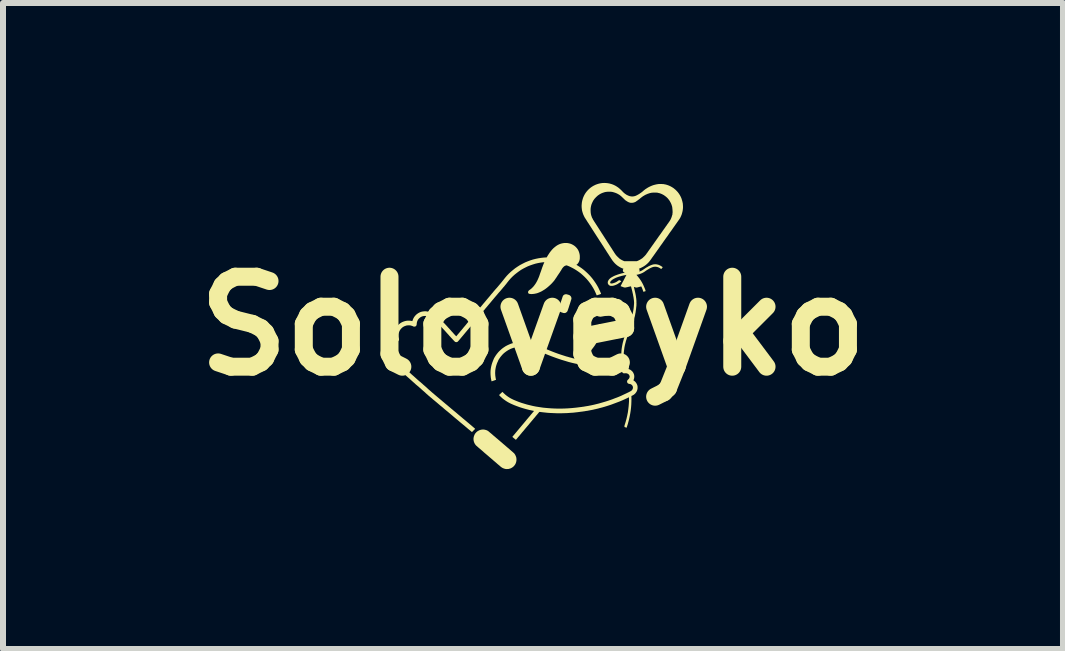
<source format=kicad_pcb>
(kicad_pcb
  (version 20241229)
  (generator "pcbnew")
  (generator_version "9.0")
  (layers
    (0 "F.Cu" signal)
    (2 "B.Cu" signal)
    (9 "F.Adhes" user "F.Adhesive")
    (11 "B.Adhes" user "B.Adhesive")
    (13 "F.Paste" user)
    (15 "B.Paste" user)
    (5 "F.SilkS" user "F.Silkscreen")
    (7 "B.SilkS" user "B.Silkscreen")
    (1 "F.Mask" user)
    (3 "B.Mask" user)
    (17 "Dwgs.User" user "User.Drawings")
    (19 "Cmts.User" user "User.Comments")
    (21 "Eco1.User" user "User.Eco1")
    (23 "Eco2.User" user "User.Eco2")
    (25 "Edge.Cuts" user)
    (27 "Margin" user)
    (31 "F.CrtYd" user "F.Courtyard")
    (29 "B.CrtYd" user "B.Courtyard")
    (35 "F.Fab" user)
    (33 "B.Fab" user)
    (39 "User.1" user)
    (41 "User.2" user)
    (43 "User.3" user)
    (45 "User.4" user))
  (footprint "Soloveyko"
    (layer "F.Cu")
    (at 5.836 2.385)
    (property "Reference" "Soloveyko" (at 0 0 0) (layer "F.SilkS") (effects (font (size 1.5 1.5) (thickness 0.3))))
    (attr board_only exclude_from_pos_files exclude_from_bom)
    (fp_poly (pts (xy 0.554 -0.53) (xy 0.558 -0.529) (xy 0.564 -0.528) (xy 0.571 -0.526) (xy 0.579 -0.524) (xy 0.587 -0.522) (xy 0.595 -0.519) (xy 0.601 -0.517) (xy 0.606 -0.515) (xy 0.616 -0.509) (xy 0.624 -0.501) (xy 0.631 -0.493) (xy 0.636 -0.483) (xy 0.639 -0.472) (xy 0.641 -0.461) (xy 0.64 -0.453) (xy 0.64 -0.45) (xy 0.638 -0.446) (xy 0.637 -0.44) (xy 0.634 -0.432) (xy 0.631 -0.423) (xy 0.628 -0.413) (xy 0.625 -0.402) (xy 0.621 -0.39) (xy 0.617 -0.377) (xy 0.613 -0.364) (xy 0.608 -0.35) (xy 0.604 -0.337) (xy 0.6 -0.324) (xy 0.596 -0.311) (xy 0.592 -0.299) (xy 0.588 -0.288) (xy 0.585 -0.278) (xy 0.581 -0.269) (xy 0.579 -0.261) (xy 0.577 -0.255) (xy 0.575 -0.251) (xy 0.574 -0.249) (xy 0.569 -0.24) (xy 0.561 -0.232) (xy 0.552 -0.225) (xy 0.543 -0.22) (xy 0.539 -0.218) (xy 0.533 -0.217) (xy 0.526 -0.216) (xy 0.52 -0.216) (xy 0.516 -0.216) (xy 0.513 -0.216) (xy 0.509 -0.217) (xy 0.505 -0.218) (xy 0.501 -0.219) (xy 0.495 -0.221) (xy 0.488 -0.223) (xy 0.479 -0.226) (xy 0.471 -0.229) (xy 0.465 -0.231) (xy 0.46 -0.234) (xy 0.456 -0.236) (xy 0.452 -0.239) (xy 0.448 -0.243) (xy 0.448 -0.243) (xy 0.441 -0.252) (xy 0.435 -0.261) (xy 0.432 -0.272) (xy 0.43 -0.282) (xy 0.43 -0.292) (xy 0.431 -0.294) (xy 0.431 -0.296) (xy 0.433 -0.301) (xy 0.434 -0.307) (xy 0.437 -0.315) (xy 0.44 -0.324) (xy 0.443 -0.334) (xy 0.447 -0.346) (xy 0.45 -0.358) (xy 0.454 -0.371) (xy 0.459 -0.384) (xy 0.463 -0.397) (xy 0.467 -0.41) (xy 0.472 -0.423) (xy 0.476 -0.436) (xy 0.48 -0.448) (xy 0.484 -0.459) (xy 0.487 -0.47) (xy 0.49 -0.479) (xy 0.493 -0.486) (xy 0.495 -0.492) (xy 0.496 -0.496) (xy 0.497 -0.499) (xy 0.503 -0.508) (xy 0.511 -0.516) (xy 0.52 -0.522) (xy 0.53 -0.527) (xy 0.541 -0.529) (xy 0.551 -0.53)) (stroke (width 0) (type solid)) (fill yes) (layer "F.SilkS"))
    (fp_poly (pts (xy 1.398 -0.452) (xy 1.405 -0.452) (xy 1.411 -0.452) (xy 1.416 -0.452) (xy 1.42 -0.451) (xy 1.424 -0.45) (xy 1.428 -0.449) (xy 1.429 -0.449) (xy 1.445 -0.444) (xy 1.46 -0.436) (xy 1.473 -0.427) (xy 1.485 -0.416) (xy 1.496 -0.404) (xy 1.505 -0.39) (xy 1.512 -0.375) (xy 1.517 -0.361) (xy 1.518 -0.357) (xy 1.519 -0.353) (xy 1.519 -0.349) (xy 1.52 -0.345) (xy 1.52 -0.34) (xy 1.52 -0.334) (xy 1.52 -0.329) (xy 1.52 -0.321) (xy 1.52 -0.314) (xy 1.519 -0.31) (xy 1.519 -0.306) (xy 1.518 -0.302) (xy 1.517 -0.299) (xy 1.512 -0.283) (xy 1.504 -0.267) (xy 1.495 -0.253) (xy 1.484 -0.241) (xy 1.471 -0.23) (xy 1.457 -0.221) (xy 1.442 -0.214) (xy 1.438 -0.212) (xy 1.435 -0.212) (xy 1.431 -0.211) (xy 1.425 -0.209) (xy 1.417 -0.208) (xy 1.408 -0.206) (xy 1.397 -0.204) (xy 1.384 -0.201) (xy 1.371 -0.199) (xy 1.357 -0.196) (xy 1.342 -0.193) (xy 1.326 -0.19) (xy 1.31 -0.187) (xy 1.294 -0.184) (xy 1.277 -0.181) (xy 1.261 -0.178) (xy 1.245 -0.175) (xy 1.23 -0.172) (xy 1.215 -0.17) (xy 1.2 -0.167) (xy 1.187 -0.165) (xy 1.175 -0.163) (xy 1.164 -0.161) (xy 1.155 -0.159) (xy 1.147 -0.158) (xy 1.141 -0.157) (xy 1.136 -0.156) (xy 1.135 -0.156) (xy 1.13 -0.155) (xy 1.126 -0.155) (xy 1.123 -0.155) (xy 1.12 -0.155) (xy 1.116 -0.156) (xy 1.112 -0.156) (xy 1.095 -0.159) (xy 1.079 -0.164) (xy 1.064 -0.171) (xy 1.05 -0.18) (xy 1.038 -0.191) (xy 1.034 -0.195) (xy 1.024 -0.207) (xy 1.016 -0.219) (xy 1.01 -0.233) (xy 1.005 -0.248) (xy 1.004 -0.25) (xy 1.003 -0.255) (xy 1.002 -0.259) (xy 1.002 -0.263) (xy 1.001 -0.268) (xy 1.001 -0.275) (xy 1.001 -0.28) (xy 1.001 -0.287) (xy 1.002 -0.293) (xy 1.002 -0.298) (xy 1.003 -0.302) (xy 1.003 -0.306) (xy 1.005 -0.31) (xy 1.01 -0.326) (xy 1.017 -0.341) (xy 1.027 -0.355) (xy 1.037 -0.367) (xy 1.05 -0.378) (xy 1.063 -0.387) (xy 1.078 -0.394) (xy 1.085 -0.397) (xy 1.087 -0.397) (xy 1.092 -0.398) (xy 1.099 -0.4) (xy 1.107 -0.402) (xy 1.117 -0.404) (xy 1.129 -0.406) (xy 1.143 -0.409) (xy 1.158 -0.411) (xy 1.174 -0.414) (xy 1.192 -0.418) (xy 1.211 -0.421) (xy 1.23 -0.425) (xy 1.236 -0.426) (xy 1.378 -0.452)) (stroke (width 0) (type solid)) (fill yes) (layer "F.SilkS"))
    (fp_poly (pts (xy -0.82 1.726) (xy -0.809 1.728) (xy -0.803 1.729) (xy -0.787 1.733) (xy -0.772 1.738) (xy -0.758 1.745) (xy -0.748 1.751) (xy -0.746 1.753) (xy -0.743 1.755) (xy -0.738 1.759) (xy -0.732 1.765) (xy -0.724 1.771) (xy -0.715 1.779) (xy -0.705 1.787) (xy -0.693 1.797) (xy -0.681 1.807) (xy -0.668 1.819) (xy -0.654 1.831) (xy -0.639 1.843) (xy -0.624 1.856) (xy -0.608 1.87) (xy -0.592 1.883) (xy -0.575 1.898) (xy -0.558 1.912) (xy -0.541 1.927) (xy -0.524 1.941) (xy -0.507 1.956) (xy -0.491 1.97) (xy -0.474 1.984) (xy -0.458 1.998) (xy -0.442 2.012) (xy -0.427 2.025) (xy -0.412 2.037) (xy -0.398 2.049) (xy -0.385 2.061) (xy -0.373 2.071) (xy -0.362 2.081) (xy -0.351 2.09) (xy -0.342 2.098) (xy -0.335 2.104) (xy -0.329 2.11) (xy -0.324 2.114) (xy -0.32 2.117) (xy -0.319 2.118) (xy -0.307 2.132) (xy -0.297 2.148) (xy -0.289 2.165) (xy -0.282 2.183) (xy -0.28 2.19) (xy -0.278 2.2) (xy -0.277 2.211) (xy -0.276 2.222) (xy -0.276 2.234) (xy -0.277 2.245) (xy -0.278 2.252) (xy -0.282 2.271) (xy -0.288 2.288) (xy -0.296 2.305) (xy -0.306 2.32) (xy -0.318 2.334) (xy -0.331 2.347) (xy -0.346 2.358) (xy -0.361 2.367) (xy -0.378 2.375) (xy -0.397 2.38) (xy -0.402 2.382) (xy -0.41 2.383) (xy -0.42 2.384) (xy -0.429 2.384) (xy -0.439 2.385) (xy -0.448 2.384) (xy -0.454 2.384) (xy -0.472 2.38) (xy -0.49 2.374) (xy -0.507 2.367) (xy -0.523 2.357) (xy -0.529 2.353) (xy -0.531 2.351) (xy -0.535 2.349) (xy -0.54 2.344) (xy -0.546 2.339) (xy -0.554 2.332) (xy -0.563 2.324) (xy -0.573 2.316) (xy -0.585 2.306) (xy -0.597 2.296) (xy -0.61 2.284) (xy -0.624 2.272) (xy -0.638 2.26) (xy -0.654 2.247) (xy -0.669 2.233) (xy -0.686 2.219) (xy -0.702 2.205) (xy -0.719 2.191) (xy -0.735 2.177) (xy -0.752 2.162) (xy -0.769 2.148) (xy -0.785 2.134) (xy -0.802 2.12) (xy -0.818 2.106) (xy -0.833 2.092) (xy -0.848 2.079) (xy -0.862 2.067) (xy -0.876 2.055) (xy -0.889 2.044) (xy -0.901 2.034) (xy -0.912 2.025) (xy -0.921 2.016) (xy -0.93 2.009) (xy -0.937 2.002) (xy -0.943 1.997) (xy -0.948 1.993) (xy -0.95 1.991) (xy -0.951 1.99) (xy -0.963 1.975) (xy -0.973 1.959) (xy -0.981 1.942) (xy -0.987 1.924) (xy -0.989 1.914) (xy -0.991 1.904) (xy -0.992 1.893) (xy -0.992 1.881) (xy -0.992 1.869) (xy -0.99 1.859) (xy -0.989 1.853) (xy -0.984 1.834) (xy -0.977 1.817) (xy -0.969 1.8) (xy -0.958 1.785) (xy -0.946 1.772) (xy -0.932 1.759) (xy -0.916 1.749) (xy -0.9 1.74) (xy -0.882 1.733) (xy -0.865 1.729) (xy -0.855 1.727) (xy -0.844 1.726) (xy -0.832 1.726)) (stroke (width 0) (type solid)) (fill yes) (layer "F.SilkS"))
    (fp_poly (pts (xy 0.551 -1.384) (xy 0.561 -1.384) (xy 0.57 -1.383) (xy 0.579 -1.383) (xy 0.585 -1.382) (xy 0.586 -1.381) (xy 0.61 -1.376) (xy 0.632 -1.369) (xy 0.652 -1.36) (xy 0.672 -1.349) (xy 0.69 -1.337) (xy 0.708 -1.322) (xy 0.718 -1.312) (xy 0.733 -1.295) (xy 0.746 -1.277) (xy 0.757 -1.257) (xy 0.765 -1.237) (xy 0.772 -1.216) (xy 0.777 -1.193) (xy 0.778 -1.185) (xy 0.779 -1.178) (xy 0.78 -1.169) (xy 0.78 -1.158) (xy 0.78 -1.148) (xy 0.78 -1.138) (xy 0.78 -1.128) (xy 0.779 -1.12) (xy 0.779 -1.118) (xy 0.776 -1.1) (xy 0.771 -1.084) (xy 0.764 -1.068) (xy 0.756 -1.054) (xy 0.747 -1.041) (xy 0.736 -1.03) (xy 0.728 -1.024) (xy 0.723 -1.02) (xy 0.74 -1.01) (xy 0.778 -0.986) (xy 0.815 -0.96) (xy 0.851 -0.932) (xy 0.885 -0.902) (xy 0.918 -0.871) (xy 0.95 -0.838) (xy 0.98 -0.803) (xy 0.989 -0.792) (xy 1.016 -0.756) (xy 1.041 -0.72) (xy 1.065 -0.682) (xy 1.087 -0.643) (xy 1.106 -0.603) (xy 1.118 -0.578) (xy 1.122 -0.567) (xy 1.126 -0.558) (xy 1.13 -0.55) (xy 1.132 -0.543) (xy 1.133 -0.539) (xy 1.134 -0.536) (xy 1.134 -0.535) (xy 1.133 -0.534) (xy 1.129 -0.533) (xy 1.125 -0.532) (xy 1.119 -0.53) (xy 1.112 -0.527) (xy 1.105 -0.525) (xy 1.097 -0.522) (xy 1.089 -0.52) (xy 1.082 -0.517) (xy 1.075 -0.515) (xy 1.07 -0.513) (xy 1.065 -0.512) (xy 1.062 -0.511) (xy 1.061 -0.511) (xy 1.061 -0.512) (xy 1.06 -0.515) (xy 1.058 -0.519) (xy 1.056 -0.524) (xy 1.055 -0.526) (xy 1.04 -0.561) (xy 1.023 -0.597) (xy 1.004 -0.632) (xy 0.983 -0.666) (xy 0.975 -0.679) (xy 0.949 -0.716) (xy 0.922 -0.751) (xy 0.893 -0.785) (xy 0.862 -0.817) (xy 0.829 -0.848) (xy 0.796 -0.877) (xy 0.76 -0.904) (xy 0.723 -0.929) (xy 0.689 -0.95) (xy 0.679 -0.956) (xy 0.667 -0.962) (xy 0.655 -0.969) (xy 0.642 -0.975) (xy 0.629 -0.982) (xy 0.616 -0.988) (xy 0.604 -0.994) (xy 0.592 -0.999) (xy 0.581 -1.003) (xy 0.572 -1.007) (xy 0.566 -1.009) (xy 0.562 -1.01) (xy 0.558 -1.011) (xy 0.554 -1.01) (xy 0.553 -1.01) (xy 0.542 -1.007) (xy 0.531 -1.002) (xy 0.52 -0.996) (xy 0.51 -0.987) (xy 0.506 -0.983) (xy 0.501 -0.978) (xy 0.497 -0.973) (xy 0.493 -0.968) (xy 0.489 -0.963) (xy 0.484 -0.956) (xy 0.479 -0.948) (xy 0.475 -0.94) (xy 0.471 -0.933) (xy 0.466 -0.926) (xy 0.462 -0.919) (xy 0.457 -0.912) (xy 0.452 -0.904) (xy 0.447 -0.895) (xy 0.44 -0.885) (xy 0.433 -0.875) (xy 0.425 -0.863) (xy 0.416 -0.85) (xy 0.406 -0.835) (xy 0.399 -0.824) (xy 0.391 -0.811) (xy 0.383 -0.8) (xy 0.376 -0.79) (xy 0.37 -0.781) (xy 0.365 -0.774) (xy 0.361 -0.767) (xy 0.357 -0.762) (xy 0.353 -0.757) (xy 0.35 -0.753) (xy 0.347 -0.749) (xy 0.343 -0.745) (xy 0.34 -0.741) (xy 0.337 -0.738) (xy 0.316 -0.714) (xy 0.293 -0.691) (xy 0.269 -0.669) (xy 0.245 -0.648) (xy 0.22 -0.628) (xy 0.195 -0.61) (xy 0.169 -0.594) (xy 0.144 -0.579) (xy 0.119 -0.567) (xy 0.098 -0.558) (xy 0.077 -0.55) (xy 0.057 -0.544) (xy 0.037 -0.54) (xy 0.017 -0.536) (xy -0.006 -0.534) (xy -0.009 -0.534) (xy -0.021 -0.533) (xy -0.033 -0.533) (xy -0.044 -0.534) (xy -0.054 -0.535) (xy -0.063 -0.537) (xy -0.069 -0.539) (xy -0.072 -0.541) (xy -0.076 -0.544) (xy -0.078 -0.547) (xy -0.08 -0.552) (xy -0.081 -0.555) (xy -0.083 -0.562) (xy -0.083 -0.568) (xy -0.081 -0.574) (xy -0.078 -0.581) (xy -0.074 -0.587) (xy -0.067 -0.594) (xy -0.059 -0.601) (xy -0.048 -0.608) (xy -0.044 -0.611) (xy -0.031 -0.621) (xy -0.018 -0.633) (xy -0.004 -0.647) (xy 0.01 -0.662) (xy 0.023 -0.679) (xy 0.036 -0.697) (xy 0.048 -0.715) (xy 0.056 -0.729) (xy 0.062 -0.74) (xy 0.068 -0.75) (xy 0.073 -0.761) (xy 0.078 -0.772) (xy 0.084 -0.784) (xy 0.089 -0.797) (xy 0.095 -0.81) (xy 0.101 -0.825) (xy 0.107 -0.842) (xy 0.113 -0.86) (xy 0.12 -0.88) (xy 0.128 -0.902) (xy 0.13 -0.907) (xy 0.137 -0.927) (xy 0.143 -0.945) (xy 0.149 -0.962) (xy 0.154 -0.977) (xy 0.159 -0.99) (xy 0.164 -1.003) (xy 0.168 -1.015) (xy 0.173 -1.026) (xy 0.177 -1.037) (xy 0.181 -1.046) (xy 0.184 -1.051) (xy 0.186 -1.057) (xy 0.187 -1.061) (xy 0.188 -1.063) (xy 0.188 -1.064) (xy 0.187 -1.064) (xy 0.184 -1.064) (xy 0.179 -1.063) (xy 0.173 -1.063) (xy 0.17 -1.063) (xy 0.126 -1.057) (xy 0.082 -1.049) (xy 0.039 -1.039) (xy -0.003 -1.026) (xy -0.044 -1.012) (xy -0.085 -0.996) (xy -0.124 -0.977) (xy -0.163 -0.957) (xy -0.201 -0.935) (xy -0.237 -0.91) (xy -0.272 -0.884) (xy -0.306 -0.857) (xy -0.339 -0.827) (xy -0.37 -0.796) (xy -0.399 -0.763) (xy -0.427 -0.728) (xy -0.438 -0.714) (xy -0.441 -0.71) (xy -0.444 -0.705) (xy -0.449 -0.699) (xy -0.455 -0.692) (xy -0.462 -0.684) (xy -0.469 -0.675) (xy -0.476 -0.666) (xy -0.484 -0.656) (xy -0.493 -0.647) (xy -0.501 -0.637) (xy -0.509 -0.627) (xy -0.518 -0.617) (xy -0.526 -0.607) (xy -0.533 -0.599) (xy -0.54 -0.591) (xy -0.546 -0.583) (xy -0.552 -0.577) (xy -0.556 -0.572) (xy -0.559 -0.568) (xy -0.561 -0.566) (xy -0.562 -0.566) (xy -0.563 -0.565) (xy -0.565 -0.562) (xy -0.569 -0.558) (xy -0.574 -0.552) (xy -0.58 -0.545) (xy -0.587 -0.537) (xy -0.595 -0.527) (xy -0.604 -0.516) (xy -0.614 -0.505) (xy -0.625 -0.492) (xy -0.637 -0.478) (xy -0.649 -0.464) (xy -0.662 -0.448) (xy -0.675 -0.433) (xy -0.689 -0.416) (xy -0.703 -0.399) (xy -0.717 -0.382) (xy -0.732 -0.365) (xy -0.747 -0.347) (xy -0.761 -0.33) (xy -0.776 -0.312) (xy -0.791 -0.295) (xy -0.805 -0.277) (xy -0.82 -0.26) (xy -0.834 -0.244) (xy -0.847 -0.227) (xy -0.86 -0.212) (xy -0.873 -0.197) (xy -0.885 -0.182) (xy -0.896 -0.169) (xy -0.906 -0.156) (xy -0.916 -0.145) (xy -0.925 -0.134) (xy -0.932 -0.125) (xy -0.939 -0.117) (xy -0.945 -0.11) (xy -0.949 -0.105) (xy -0.952 -0.101) (xy -0.954 -0.099) (xy -0.954 -0.098) (xy -0.955 -0.097) (xy -0.957 -0.095) (xy -0.96 -0.09) (xy -0.965 -0.085) (xy -0.971 -0.078) (xy -0.978 -0.069) (xy -0.986 -0.06) (xy -0.994 -0.049) (xy -1.004 -0.038) (xy -1.014 -0.025) (xy -1.025 -0.012) (xy -1.036 0.002) (xy -1.048 0.016) (xy -1.061 0.031) (xy -1.073 0.046) (xy -1.086 0.061) (xy -1.099 0.076) (xy -1.112 0.092) (xy -1.125 0.107) (xy -1.137 0.122) (xy -1.15 0.137) (xy -1.162 0.152) (xy -1.174 0.166) (xy -1.185 0.179) (xy -1.196 0.192) (xy -1.206 0.204) (xy -1.215 0.215) (xy -1.224 0.225) (xy -1.231 0.234) (xy -1.238 0.242) (xy -1.244 0.248) (xy -1.248 0.253) (xy -1.251 0.257) (xy -1.253 0.259) (xy -1.253 0.259) (xy -1.26 0.264) (xy -1.268 0.267) (xy -1.277 0.269) (xy -1.286 0.268) (xy -1.295 0.266) (xy -1.3 0.263) (xy -1.302 0.261) (xy -1.306 0.258) (xy -1.31 0.254) (xy -1.316 0.248) (xy -1.323 0.24) (xy -1.332 0.231) (xy -1.341 0.221) (xy -1.352 0.209) (xy -1.365 0.196) (xy -1.378 0.181) (xy -1.394 0.164) (xy -1.41 0.145) (xy -1.423 0.131) (xy -1.442 0.11) (xy -1.459 0.091) (xy -1.475 0.073) (xy -1.49 0.057) (xy -1.504 0.042) (xy -1.517 0.028) (xy -1.529 0.015) (xy -1.54 0.004) (xy -1.551 -0.007) (xy -1.561 -0.018) (xy -1.571 -0.027) (xy -1.58 -0.037) (xy -1.589 -0.046) (xy -1.599 -0.054) (xy -1.608 -0.063) (xy -1.617 -0.071) (xy -1.638 -0.089) (xy -1.659 -0.106) (xy -1.679 -0.12) (xy -1.698 -0.133) (xy -1.717 -0.144) (xy -1.735 -0.153) (xy -1.752 -0.159) (xy -1.768 -0.164) (xy -1.777 -0.166) (xy -1.796 -0.168) (xy -1.814 -0.167) (xy -1.831 -0.165) (xy -1.848 -0.16) (xy -1.864 -0.153) (xy -1.879 -0.144) (xy -1.893 -0.133) (xy -1.896 -0.13) (xy -1.909 -0.117) (xy -1.919 -0.103) (xy -1.927 -0.087) (xy -1.933 -0.071) (xy -1.937 -0.054) (xy -1.939 -0.035) (xy -1.94 -0.033) (xy -1.94 -0.027) (xy -1.94 -0.022) (xy -1.941 -0.018) (xy -1.941 -0.016) (xy -1.945 -0.009) (xy -1.95 -0.002) (xy -1.956 0.004) (xy -1.964 0.008) (xy -1.966 0.009) (xy -1.97 0.01) (xy -1.975 0.01) (xy -1.981 0.01) (xy -1.986 0.01) (xy -1.99 0.009) (xy -1.994 0.008) (xy -1.999 0.006) (xy -2.001 0.004) (xy -2.018 -0.002) (xy -2.036 -0.008) (xy -2.041 -0.009) (xy -2.047 -0.01) (xy -2.055 -0.011) (xy -2.064 -0.011) (xy -2.074 -0.011) (xy -2.084 -0.011) (xy -2.093 -0.01) (xy -2.101 -0.01) (xy -2.106 -0.009) (xy -2.126 -0.003) (xy -2.145 0.004) (xy -2.162 0.013) (xy -2.178 0.024) (xy -2.192 0.037) (xy -2.205 0.051) (xy -2.216 0.066) (xy -2.226 0.083) (xy -2.233 0.102) (xy -2.239 0.121) (xy -2.242 0.134) (xy -2.243 0.141) (xy -2.243 0.149) (xy -2.243 0.157) (xy -2.243 0.166) (xy -2.243 0.175) (xy -2.242 0.182) (xy -2.242 0.182) (xy -2.241 0.187) (xy -2.24 0.193) (xy -2.238 0.2) (xy -2.237 0.205) (xy -2.235 0.215) (xy -2.234 0.223) (xy -2.235 0.231) (xy -2.237 0.238) (xy -2.241 0.244) (xy -2.244 0.248) (xy -2.247 0.251) (xy -2.251 0.254) (xy -2.255 0.256) (xy -2.26 0.258) (xy -2.266 0.259) (xy -2.273 0.26) (xy -2.283 0.261) (xy -2.298 0.263) (xy -2.311 0.265) (xy -2.323 0.267) (xy -2.333 0.269) (xy -2.343 0.272) (xy -2.352 0.276) (xy -2.36 0.28) (xy -2.373 0.287) (xy -2.384 0.296) (xy -2.393 0.305) (xy -2.401 0.317) (xy -2.408 0.329) (xy -2.413 0.344) (xy -2.418 0.36) (xy -2.419 0.368) (xy -2.421 0.378) (xy -2.421 0.389) (xy -2.421 0.4) (xy -2.421 0.411) (xy -2.419 0.42) (xy -2.419 0.421) (xy -2.414 0.437) (xy -2.406 0.453) (xy -2.397 0.469) (xy -2.39 0.479) (xy -2.386 0.485) (xy -2.381 0.491) (xy -2.374 0.497) (xy -2.367 0.504) (xy -2.359 0.512) (xy -2.349 0.521) (xy -2.337 0.531) (xy -2.324 0.542) (xy -2.311 0.553) (xy -2.296 0.566) (xy -2.28 0.58) (xy -2.262 0.596) (xy -2.243 0.613) (xy -2.222 0.631) (xy -2.2 0.65) (xy -2.177 0.67) (xy -2.153 0.692) (xy -2.128 0.714) (xy -2.101 0.737) (xy -2.074 0.761) (xy -2.046 0.786) (xy -2.018 0.812) (xy -1.988 0.838) (xy -1.958 0.865) (xy -1.928 0.892) (xy -1.927 0.893) (xy -1.919 0.9) (xy -1.911 0.907) (xy -1.904 0.913) (xy -1.897 0.919) (xy -1.892 0.924) (xy -1.888 0.927) (xy -1.885 0.93) (xy -1.883 0.93) (xy -1.883 0.93) (xy -1.882 0.931) (xy -1.88 0.933) (xy -1.876 0.937) (xy -1.87 0.941) (xy -1.864 0.947) (xy -1.855 0.955) (xy -1.845 0.963) (xy -1.834 0.974) (xy -1.821 0.985) (xy -1.806 0.998) (xy -1.79 1.012) (xy -1.772 1.028) (xy -1.753 1.046) (xy -1.732 1.065) (xy -1.726 1.07) (xy -1.721 1.074) (xy -1.715 1.079) (xy -1.709 1.085) (xy -1.701 1.091) (xy -1.693 1.099) (xy -1.684 1.107) (xy -1.673 1.116) (xy -1.662 1.125) (xy -1.649 1.136) (xy -1.636 1.148) (xy -1.621 1.16) (xy -1.605 1.174) (xy -1.587 1.189) (xy -1.569 1.204) (xy -1.549 1.221) (xy -1.527 1.239) (xy -1.504 1.259) (xy -1.48 1.279) (xy -1.454 1.301) (xy -1.426 1.324) (xy -1.397 1.349) (xy -1.366 1.375) (xy -1.333 1.402) (xy -1.323 1.411) (xy -1.292 1.436) (xy -1.264 1.46) (xy -1.237 1.483) (xy -1.212 1.504) (xy -1.188 1.524) (xy -1.166 1.543) (xy -1.145 1.56) (xy -1.126 1.576) (xy -1.108 1.591) (xy -1.092 1.605) (xy -1.076 1.618) (xy -1.062 1.63) (xy -1.049 1.641) (xy -1.038 1.65) (xy -1.027 1.659) (xy -1.018 1.668) (xy -1.009 1.675) (xy -1.001 1.681) (xy -0.995 1.687) (xy -0.989 1.692) (xy -0.984 1.697) (xy -0.98 1.7) (xy -0.976 1.703) (xy -0.973 1.706) (xy -0.971 1.708) (xy -0.969 1.71) (xy -0.968 1.711) (xy -0.967 1.712) (xy -0.966 1.713) (xy -0.966 1.713) (xy -0.966 1.714) (xy -0.967 1.715) (xy -0.968 1.717) (xy -0.969 1.719) (xy -0.972 1.722) (xy -0.976 1.726) (xy -0.981 1.731) (xy -0.987 1.737) (xy -0.992 1.742) (xy -0.998 1.748) (xy -1.004 1.754) (xy -1.009 1.759) (xy -1.013 1.763) (xy -1.016 1.766) (xy -1.018 1.768) (xy -1.018 1.768) (xy -1.019 1.767) (xy -1.022 1.765) (xy -1.026 1.761) (xy -1.032 1.757) (xy -1.039 1.75) (xy -1.048 1.743) (xy -1.058 1.734) (xy -1.07 1.725) (xy -1.083 1.714) (xy -1.097 1.702) (xy -1.112 1.689) (xy -1.129 1.675) (xy -1.146 1.66) (xy -1.165 1.645) (xy -1.184 1.629) (xy -1.205 1.612) (xy -1.226 1.594) (xy -1.248 1.575) (xy -1.271 1.556) (xy -1.294 1.537) (xy -1.318 1.517) (xy -1.342 1.496) (xy -1.367 1.475) (xy -1.374 1.469) (xy -1.399 1.448) (xy -1.424 1.427) (xy -1.449 1.407) (xy -1.473 1.387) (xy -1.496 1.367) (xy -1.519 1.347) (xy -1.542 1.329) (xy -1.563 1.311) (xy -1.584 1.293) (xy -1.604 1.276) (xy -1.623 1.26) (xy -1.641 1.245) (xy -1.658 1.231) (xy -1.674 1.218) (xy -1.688 1.205) (xy -1.702 1.194) (xy -1.714 1.184) (xy -1.725 1.174) (xy -1.734 1.167) (xy -1.742 1.16) (xy -1.748 1.155) (xy -1.752 1.151) (xy -1.755 1.148) (xy -1.755 1.148) (xy -1.773 1.133) (xy -1.789 1.118) (xy -1.805 1.103) (xy -1.82 1.09) (xy -1.835 1.077) (xy -1.849 1.065) (xy -1.862 1.053) (xy -1.873 1.043) (xy -1.884 1.033) (xy -1.894 1.025) (xy -1.902 1.017) (xy -1.909 1.011) (xy -1.915 1.006) (xy -1.919 1.003) (xy -1.921 1.001) (xy -1.922 1) (xy -1.923 0.999) (xy -1.926 0.997) (xy -1.93 0.994) (xy -1.935 0.989) (xy -1.942 0.984) (xy -1.949 0.978) (xy -1.957 0.971) (xy -1.965 0.963) (xy -1.966 0.962) (xy -1.998 0.934) (xy -2.029 0.906) (xy -2.059 0.879) (xy -2.089 0.853) (xy -2.118 0.827) (xy -2.146 0.802) (xy -2.173 0.778) (xy -2.199 0.755) (xy -2.224 0.732) (xy -2.248 0.711) (xy -2.271 0.691) (xy -2.293 0.672) (xy -2.314 0.654) (xy -2.333 0.637) (xy -2.35 0.622) (xy -2.366 0.608) (xy -2.381 0.596) (xy -2.394 0.585) (xy -2.395 0.583) (xy -2.411 0.57) (xy -2.425 0.557) (xy -2.437 0.545) (xy -2.447 0.533) (xy -2.449 0.53) (xy -2.463 0.511) (xy -2.475 0.491) (xy -2.484 0.47) (xy -2.491 0.45) (xy -2.496 0.431) (xy -2.498 0.422) (xy -2.498 0.411) (xy -2.499 0.4) (xy -2.499 0.388) (xy -2.498 0.376) (xy -2.497 0.366) (xy -2.497 0.361) (xy -2.492 0.338) (xy -2.486 0.317) (xy -2.479 0.298) (xy -2.47 0.28) (xy -2.459 0.264) (xy -2.447 0.249) (xy -2.433 0.236) (xy -2.417 0.224) (xy -2.414 0.221) (xy -2.4 0.213) (xy -2.384 0.205) (xy -2.367 0.199) (xy -2.349 0.193) (xy -2.331 0.189) (xy -2.327 0.188) (xy -2.323 0.188) (xy -2.321 0.187) (xy -2.32 0.186) (xy -2.32 0.185) (xy -2.32 0.184) (xy -2.32 0.181) (xy -2.321 0.176) (xy -2.321 0.17) (xy -2.321 0.162) (xy -2.321 0.155) (xy -2.32 0.146) (xy -2.32 0.139) (xy -2.32 0.132) (xy -2.319 0.126) (xy -2.319 0.123) (xy -2.314 0.099) (xy -2.307 0.076) (xy -2.298 0.054) (xy -2.288 0.034) (xy -2.275 0.014) (xy -2.26 -0.004) (xy -2.248 -0.017) (xy -2.23 -0.033) (xy -2.212 -0.047) (xy -2.191 -0.06) (xy -2.17 -0.07) (xy -2.148 -0.078) (xy -2.127 -0.084) (xy -2.115 -0.086) (xy -2.104 -0.088) (xy -2.092 -0.089) (xy -2.08 -0.089) (xy -2.073 -0.089) (xy -2.06 -0.089) (xy -2.049 -0.088) (xy -2.038 -0.087) (xy -2.027 -0.085) (xy -2.022 -0.084) (xy -2.018 -0.083) (xy -2.014 -0.083) (xy -2.012 -0.082) (xy -2.011 -0.082) (xy -2.011 -0.083) (xy -2.01 -0.086) (xy -2.009 -0.091) (xy -2.007 -0.095) (xy -2 -0.115) (xy -1.99 -0.135) (xy -1.979 -0.153) (xy -1.965 -0.17) (xy -1.951 -0.186) (xy -1.934 -0.2) (xy -1.917 -0.212) (xy -1.898 -0.223) (xy -1.878 -0.232) (xy -1.867 -0.236) (xy -1.846 -0.241) (xy -1.824 -0.244) (xy -1.802 -0.246) (xy -1.78 -0.245) (xy -1.758 -0.241) (xy -1.736 -0.236) (xy -1.714 -0.229) (xy -1.695 -0.22) (xy -1.674 -0.209) (xy -1.653 -0.196) (xy -1.631 -0.182) (xy -1.608 -0.165) (xy -1.588 -0.149) (xy -1.579 -0.141) (xy -1.57 -0.133) (xy -1.561 -0.125) (xy -1.552 -0.117) (xy -1.542 -0.107) (xy -1.531 -0.097) (xy -1.519 -0.085) (xy -1.509 -0.075) (xy -1.5 -0.066) (xy -1.492 -0.058) (xy -1.484 -0.05) (xy -1.476 -0.042) (xy -1.468 -0.034) (xy -1.46 -0.025) (xy -1.452 -0.016) (xy -1.443 -0.007) (xy -1.434 0.003) (xy -1.424 0.014) (xy -1.413 0.027) (xy -1.4 0.04) (xy -1.387 0.055) (xy -1.372 0.071) (xy -1.369 0.075) (xy -1.356 0.09) (xy -1.343 0.103) (xy -1.333 0.115) (xy -1.323 0.126) (xy -1.315 0.135) (xy -1.308 0.143) (xy -1.301 0.15) (xy -1.296 0.155) (xy -1.292 0.16) (xy -1.288 0.163) (xy -1.286 0.166) (xy -1.283 0.168) (xy -1.282 0.17) (xy -1.281 0.17) (xy -1.28 0.171) (xy -1.28 0.171) (xy -1.28 0.171) (xy -1.278 0.169) (xy -1.275 0.166) (xy -1.271 0.161) (xy -1.266 0.155) (xy -1.26 0.148) (xy -1.253 0.139) (xy -1.244 0.129) (xy -1.235 0.118) (xy -1.225 0.107) (xy -1.215 0.094) (xy -1.204 0.081) (xy -1.192 0.067) (xy -1.18 0.053) (xy -1.168 0.038) (xy -1.156 0.023) (xy -1.143 0.008) (xy -1.13 -0.007) (xy -1.117 -0.023) (xy -1.105 -0.038) (xy -1.093 -0.053) (xy -1.08 -0.067) (xy -1.069 -0.081) (xy -1.057 -0.095) (xy -1.047 -0.108) (xy -1.037 -0.12) (xy -1.027 -0.131) (xy -1.019 -0.141) (xy -1.011 -0.15) (xy -1.005 -0.159) (xy -0.999 -0.165) (xy -0.994 -0.171) (xy -0.991 -0.175) (xy -0.989 -0.177) (xy -0.989 -0.178) (xy -0.988 -0.179) (xy -0.986 -0.182) (xy -0.983 -0.186) (xy -0.978 -0.192) (xy -0.972 -0.199) (xy -0.965 -0.208) (xy -0.957 -0.217) (xy -0.948 -0.228) (xy -0.938 -0.24) (xy -0.927 -0.253) (xy -0.916 -0.267) (xy -0.904 -0.281) (xy -0.891 -0.296) (xy -0.878 -0.312) (xy -0.864 -0.328) (xy -0.85 -0.345) (xy -0.836 -0.362) (xy -0.822 -0.379) (xy -0.807 -0.396) (xy -0.793 -0.413) (xy -0.778 -0.431) (xy -0.764 -0.448) (xy -0.75 -0.464) (xy -0.736 -0.481) (xy -0.722 -0.497) (xy -0.709 -0.513) (xy -0.697 -0.528) (xy -0.685 -0.542) (xy -0.673 -0.555) (xy -0.663 -0.568) (xy -0.653 -0.58) (xy -0.644 -0.59) (xy -0.636 -0.6) (xy -0.629 -0.608) (xy -0.623 -0.615) (xy -0.618 -0.62) (xy -0.615 -0.624) (xy -0.613 -0.626) (xy -0.612 -0.627) (xy -0.611 -0.628) (xy -0.609 -0.63) (xy -0.605 -0.634) (xy -0.601 -0.639) (xy -0.595 -0.646) (xy -0.589 -0.653) (xy -0.582 -0.661) (xy -0.575 -0.67) (xy -0.567 -0.679) (xy -0.559 -0.689) (xy -0.55 -0.699) (xy -0.542 -0.709) (xy -0.534 -0.719) (xy -0.526 -0.728) (xy -0.519 -0.737) (xy -0.512 -0.746) (xy -0.506 -0.753) (xy -0.5 -0.76) (xy -0.496 -0.766) (xy -0.492 -0.77) (xy -0.492 -0.771) (xy -0.464 -0.806) (xy -0.435 -0.84) (xy -0.403 -0.873) (xy -0.37 -0.904) (xy -0.335 -0.933) (xy -0.299 -0.962) (xy -0.261 -0.988) (xy -0.222 -1.013) (xy -0.208 -1.021) (xy -0.168 -1.042) (xy -0.128 -1.062) (xy -0.086 -1.079) (xy -0.043 -1.095) (xy 0.001 -1.109) (xy 0.045 -1.12) (xy 0.089 -1.129) (xy 0.134 -1.136) (xy 0.179 -1.141) (xy 0.212 -1.143) (xy 0.229 -1.144) (xy 0.235 -1.156) (xy 0.249 -1.18) (xy 0.263 -1.201) (xy 0.276 -1.221) (xy 0.29 -1.24) (xy 0.304 -1.257) (xy 0.318 -1.274) (xy 0.333 -1.289) (xy 0.336 -1.293) (xy 0.357 -1.311) (xy 0.377 -1.327) (xy 0.398 -1.342) (xy 0.419 -1.354) (xy 0.44 -1.364) (xy 0.462 -1.372) (xy 0.485 -1.378) (xy 0.508 -1.382) (xy 0.516 -1.383) (xy 0.523 -1.384) (xy 0.532 -1.384) (xy 0.541 -1.384)) (stroke (width 0) (type solid)) (fill yes) (layer "F.SilkS"))
    (fp_poly (pts (xy 1.216 -2.384) (xy 1.245 -2.381) (xy 1.274 -2.376) (xy 1.288 -2.372) (xy 1.316 -2.364) (xy 1.344 -2.353) (xy 1.371 -2.34) (xy 1.396 -2.325) (xy 1.421 -2.308) (xy 1.444 -2.289) (xy 1.467 -2.268) (xy 1.48 -2.255) (xy 1.499 -2.235) (xy 1.518 -2.217) (xy 1.538 -2.202) (xy 1.557 -2.189) (xy 1.577 -2.179) (xy 1.597 -2.17) (xy 1.616 -2.164) (xy 1.636 -2.161) (xy 1.643 -2.16) (xy 1.652 -2.16) (xy 1.662 -2.16) (xy 1.671 -2.161) (xy 1.68 -2.162) (xy 1.685 -2.163) (xy 1.701 -2.167) (xy 1.717 -2.173) (xy 1.729 -2.179) (xy 1.752 -2.191) (xy 1.775 -2.205) (xy 1.798 -2.221) (xy 1.82 -2.237) (xy 1.834 -2.249) (xy 1.844 -2.258) (xy 1.854 -2.266) (xy 1.863 -2.273) (xy 1.872 -2.28) (xy 1.882 -2.287) (xy 1.889 -2.291) (xy 1.917 -2.309) (xy 1.946 -2.324) (xy 1.975 -2.337) (xy 2.004 -2.348) (xy 2.034 -2.356) (xy 2.065 -2.363) (xy 2.095 -2.367) (xy 2.095 -2.367) (xy 2.104 -2.367) (xy 2.115 -2.368) (xy 2.126 -2.368) (xy 2.138 -2.367) (xy 2.15 -2.367) (xy 2.162 -2.366) (xy 2.172 -2.366) (xy 2.181 -2.365) (xy 2.183 -2.364) (xy 2.211 -2.359) (xy 2.239 -2.351) (xy 2.266 -2.341) (xy 2.292 -2.329) (xy 2.317 -2.315) (xy 2.342 -2.299) (xy 2.365 -2.28) (xy 2.367 -2.279) (xy 2.372 -2.274) (xy 2.379 -2.268) (xy 2.386 -2.261) (xy 2.393 -2.254) (xy 2.4 -2.246) (xy 2.406 -2.24) (xy 2.412 -2.234) (xy 2.414 -2.231) (xy 2.432 -2.207) (xy 2.448 -2.182) (xy 2.462 -2.156) (xy 2.474 -2.129) (xy 2.483 -2.1) (xy 2.491 -2.071) (xy 2.497 -2.042) (xy 2.498 -2.027) (xy 2.499 -2.02) (xy 2.499 -2.011) (xy 2.5 -2.001) (xy 2.5 -1.991) (xy 2.5 -1.98) (xy 2.5 -1.97) (xy 2.499 -1.96) (xy 2.499 -1.952) (xy 2.498 -1.949) (xy 2.494 -1.919) (xy 2.487 -1.89) (xy 2.479 -1.861) (xy 2.468 -1.834) (xy 2.456 -1.808) (xy 2.443 -1.786) (xy 2.442 -1.784) (xy 2.439 -1.781) (xy 2.436 -1.775) (xy 2.431 -1.769) (xy 2.425 -1.76) (xy 2.418 -1.75) (xy 2.41 -1.739) (xy 2.401 -1.726) (xy 2.392 -1.713) (xy 2.381 -1.698) (xy 2.37 -1.682) (xy 2.358 -1.665) (xy 2.345 -1.647) (xy 2.332 -1.628) (xy 2.318 -1.608) (xy 2.304 -1.588) (xy 2.289 -1.568) (xy 2.274 -1.547) (xy 2.259 -1.525) (xy 2.244 -1.503) (xy 2.228 -1.481) (xy 2.212 -1.459) (xy 2.196 -1.436) (xy 2.18 -1.414) (xy 2.165 -1.392) (xy 2.149 -1.369) (xy 2.133 -1.348) (xy 2.118 -1.326) (xy 2.103 -1.305) (xy 2.089 -1.284) (xy 2.074 -1.264) (xy 2.061 -1.245) (xy 2.047 -1.226) (xy 2.035 -1.208) (xy 2.023 -1.192) (xy 2.012 -1.176) (xy 2.001 -1.161) (xy 1.991 -1.147) (xy 1.982 -1.135) (xy 1.975 -1.124) (xy 1.968 -1.114) (xy 1.962 -1.106) (xy 1.957 -1.099) (xy 1.953 -1.094) (xy 1.951 -1.091) (xy 1.95 -1.09) (xy 1.933 -1.068) (xy 1.914 -1.048) (xy 1.893 -1.029) (xy 1.871 -1.011) (xy 1.856 -1.001) (xy 1.842 -0.992) (xy 1.826 -0.983) (xy 1.81 -0.975) (xy 1.794 -0.967) (xy 1.779 -0.96) (xy 1.773 -0.958) (xy 1.77 -0.957) (xy 1.767 -0.955) (xy 1.766 -0.955) (xy 1.766 -0.954) (xy 1.768 -0.952) (xy 1.769 -0.95) (xy 1.772 -0.945) (xy 1.774 -0.941) (xy 1.775 -0.939) (xy 1.776 -0.934) (xy 1.776 -0.928) (xy 1.776 -0.922) (xy 1.775 -0.916) (xy 1.773 -0.912) (xy 1.773 -0.912) (xy 1.772 -0.909) (xy 1.772 -0.908) (xy 1.772 -0.908) (xy 1.773 -0.908) (xy 1.776 -0.909) (xy 1.781 -0.91) (xy 1.786 -0.912) (xy 1.792 -0.915) (xy 1.799 -0.918) (xy 1.806 -0.921) (xy 1.816 -0.926) (xy 1.826 -0.932) (xy 1.835 -0.938) (xy 1.845 -0.945) (xy 1.851 -0.949) (xy 1.863 -0.957) (xy 1.876 -0.966) (xy 1.89 -0.975) (xy 1.907 -0.984) (xy 1.925 -0.995) (xy 1.928 -0.997) (xy 1.946 -1.005) (xy 1.963 -1.013) (xy 1.98 -1.019) (xy 1.995 -1.024) (xy 2.007 -1.027) (xy 2.016 -1.028) (xy 2.027 -1.029) (xy 2.038 -1.029) (xy 2.05 -1.029) (xy 2.06 -1.028) (xy 2.069 -1.026) (xy 2.07 -1.026) (xy 2.088 -1.022) (xy 2.105 -1.015) (xy 2.122 -1.007) (xy 2.139 -0.997) (xy 2.152 -0.988) (xy 2.156 -0.985) (xy 2.16 -0.982) (xy 2.162 -0.98) (xy 2.162 -0.98) (xy 2.161 -0.978) (xy 2.159 -0.976) (xy 2.156 -0.972) (xy 2.153 -0.968) (xy 2.149 -0.964) (xy 2.137 -0.949) (xy 2.128 -0.956) (xy 2.113 -0.966) (xy 2.097 -0.975) (xy 2.081 -0.981) (xy 2.064 -0.986) (xy 2.057 -0.987) (xy 2.042 -0.989) (xy 2.026 -0.988) (xy 2.009 -0.986) (xy 1.992 -0.981) (xy 1.982 -0.977) (xy 1.974 -0.974) (xy 1.964 -0.969) (xy 1.953 -0.964) (xy 1.941 -0.958) (xy 1.93 -0.951) (xy 1.918 -0.944) (xy 1.906 -0.937) (xy 1.896 -0.931) (xy 1.886 -0.924) (xy 1.881 -0.921) (xy 1.87 -0.913) (xy 1.86 -0.906) (xy 1.851 -0.9) (xy 1.842 -0.895) (xy 1.834 -0.89) (xy 1.826 -0.886) (xy 1.804 -0.876) (xy 1.78 -0.867) (xy 1.756 -0.86) (xy 1.738 -0.856) (xy 1.733 -0.855) (xy 1.728 -0.854) (xy 1.725 -0.854) (xy 1.724 -0.853) (xy 1.725 -0.852) (xy 1.727 -0.85) (xy 1.729 -0.847) (xy 1.733 -0.843) (xy 1.733 -0.843) (xy 1.744 -0.83) (xy 1.755 -0.816) (xy 1.767 -0.801) (xy 1.778 -0.786) (xy 1.788 -0.771) (xy 1.798 -0.757) (xy 1.816 -0.727) (xy 1.833 -0.695) (xy 1.848 -0.662) (xy 1.862 -0.629) (xy 1.871 -0.606) (xy 1.873 -0.599) (xy 1.874 -0.594) (xy 1.876 -0.589) (xy 1.877 -0.586) (xy 1.877 -0.585) (xy 1.877 -0.583) (xy 1.877 -0.582) (xy 1.875 -0.581) (xy 1.872 -0.58) (xy 1.872 -0.58) (xy 1.868 -0.579) (xy 1.863 -0.577) (xy 1.857 -0.575) (xy 1.853 -0.574) (xy 1.84 -0.57) (xy 1.834 -0.587) (xy 1.831 -0.596) (xy 1.828 -0.606) (xy 1.824 -0.615) (xy 1.821 -0.624) (xy 1.817 -0.633) (xy 1.814 -0.64) (xy 1.811 -0.647) (xy 1.808 -0.653) (xy 1.806 -0.657) (xy 1.805 -0.659) (xy 1.804 -0.66) (xy 1.803 -0.66) (xy 1.799 -0.659) (xy 1.794 -0.657) (xy 1.788 -0.656) (xy 1.78 -0.654) (xy 1.772 -0.652) (xy 1.77 -0.651) (xy 1.762 -0.649) (xy 1.753 -0.647) (xy 1.746 -0.645) (xy 1.739 -0.643) (xy 1.734 -0.642) (xy 1.731 -0.642) (xy 1.731 -0.642) (xy 1.724 -0.642) (xy 1.716 -0.642) (xy 1.707 -0.644) (xy 1.696 -0.647) (xy 1.695 -0.648) (xy 1.69 -0.649) (xy 1.686 -0.651) (xy 1.683 -0.651) (xy 1.682 -0.651) (xy 1.682 -0.65) (xy 1.683 -0.647) (xy 1.683 -0.643) (xy 1.684 -0.64) (xy 1.693 -0.603) (xy 1.701 -0.568) (xy 1.708 -0.536) (xy 1.714 -0.504) (xy 1.718 -0.475) (xy 1.722 -0.447) (xy 1.722 -0.438) (xy 1.723 -0.43) (xy 1.724 -0.42) (xy 1.724 -0.408) (xy 1.724 -0.396) (xy 1.724 -0.384) (xy 1.725 -0.372) (xy 1.724 -0.361) (xy 1.724 -0.35) (xy 1.724 -0.341) (xy 1.723 -0.334) (xy 1.723 -0.333) (xy 1.72 -0.309) (xy 1.718 -0.286) (xy 1.715 -0.265) (xy 1.712 -0.246) (xy 1.71 -0.227) (xy 1.706 -0.209) (xy 1.703 -0.192) (xy 1.7 -0.175) (xy 1.696 -0.157) (xy 1.691 -0.139) (xy 1.691 -0.138) (xy 1.687 -0.123) (xy 1.683 -0.109) (xy 1.679 -0.095) (xy 1.675 -0.081) (xy 1.671 -0.067) (xy 1.666 -0.053) (xy 1.661 -0.039) (xy 1.655 -0.023) (xy 1.649 -0.007) (xy 1.643 0.011) (xy 1.635 0.029) (xy 1.627 0.05) (xy 1.618 0.072) (xy 1.609 0.091) (xy 1.6 0.114) (xy 1.592 0.134) (xy 1.584 0.153) (xy 1.577 0.17) (xy 1.571 0.186) (xy 1.565 0.202) (xy 1.56 0.216) (xy 1.556 0.23) (xy 1.551 0.244) (xy 1.547 0.257) (xy 1.544 0.271) (xy 1.54 0.285) (xy 1.537 0.297) (xy 1.53 0.327) (xy 1.524 0.357) (xy 1.52 0.387) (xy 1.516 0.417) (xy 1.513 0.446) (xy 1.512 0.474) (xy 1.512 0.5) (xy 1.512 0.507) (xy 1.512 0.514) (xy 1.512 0.521) (xy 1.513 0.527) (xy 1.513 0.532) (xy 1.513 0.534) (xy 1.513 0.535) (xy 1.515 0.537) (xy 1.519 0.54) (xy 1.521 0.54) (xy 1.524 0.542) (xy 1.529 0.545) (xy 1.534 0.548) (xy 1.539 0.551) (xy 1.552 0.561) (xy 1.565 0.574) (xy 1.576 0.588) (xy 1.585 0.603) (xy 1.592 0.619) (xy 1.597 0.633) (xy 1.598 0.641) (xy 1.599 0.65) (xy 1.6 0.661) (xy 1.6 0.671) (xy 1.6 0.68) (xy 1.599 0.688) (xy 1.598 0.693) (xy 1.597 0.699) (xy 1.596 0.705) (xy 1.594 0.711) (xy 1.593 0.715) (xy 1.593 0.716) (xy 1.593 0.717) (xy 1.596 0.718) (xy 1.597 0.719) (xy 1.608 0.723) (xy 1.619 0.728) (xy 1.63 0.735) (xy 1.64 0.743) (xy 1.65 0.752) (xy 1.659 0.761) (xy 1.661 0.764) (xy 1.671 0.779) (xy 1.678 0.794) (xy 1.684 0.81) (xy 1.687 0.826) (xy 1.688 0.843) (xy 1.687 0.86) (xy 1.684 0.877) (xy 1.678 0.894) (xy 1.677 0.896) (xy 1.676 0.9) (xy 1.674 0.903) (xy 1.674 0.906) (xy 1.674 0.906) (xy 1.675 0.907) (xy 1.678 0.909) (xy 1.682 0.911) (xy 1.684 0.913) (xy 1.697 0.923) (xy 1.708 0.934) (xy 1.718 0.947) (xy 1.727 0.961) (xy 1.734 0.976) (xy 1.736 0.981) (xy 1.739 0.99) (xy 1.741 0.998) (xy 1.742 1.005) (xy 1.743 1.013) (xy 1.743 1.022) (xy 1.743 1.025) (xy 1.743 1.036) (xy 1.742 1.046) (xy 1.741 1.054) (xy 1.738 1.063) (xy 1.736 1.071) (xy 1.73 1.087) (xy 1.721 1.102) (xy 1.711 1.116) (xy 1.701 1.128) (xy 1.695 1.133) (xy 1.69 1.138) (xy 1.684 1.142) (xy 1.678 1.147) (xy 1.671 1.151) (xy 1.662 1.156) (xy 1.658 1.158) (xy 1.64 1.167) (xy 1.641 1.209) (xy 1.64 1.26) (xy 1.638 1.311) (xy 1.634 1.361) (xy 1.628 1.412) (xy 1.62 1.462) (xy 1.61 1.513) (xy 1.599 1.564) (xy 1.585 1.616) (xy 1.583 1.625) (xy 1.581 1.631) (xy 1.579 1.638) (xy 1.576 1.646) (xy 1.574 1.654) (xy 1.571 1.662) (xy 1.569 1.67) (xy 1.566 1.677) (xy 1.564 1.684) (xy 1.563 1.689) (xy 1.561 1.693) (xy 1.561 1.695) (xy 1.561 1.695) (xy 1.559 1.695) (xy 1.556 1.694) (xy 1.552 1.693) (xy 1.547 1.691) (xy 1.542 1.689) (xy 1.536 1.688) (xy 1.531 1.686) (xy 1.527 1.684) (xy 1.524 1.683) (xy 1.523 1.683) (xy 1.523 1.682) (xy 1.524 1.679) (xy 1.525 1.676) (xy 1.526 1.672) (xy 1.526 1.671) (xy 1.526 1.67) (xy 1.525 1.67) (xy 1.523 1.669) (xy 1.523 1.668) (xy 1.523 1.667) (xy 1.524 1.664) (xy 1.526 1.659) (xy 1.527 1.653) (xy 1.529 1.647) (xy 1.545 1.595) (xy 1.559 1.543) (xy 1.571 1.491) (xy 1.581 1.441) (xy 1.588 1.39) (xy 1.594 1.339) (xy 1.598 1.288) (xy 1.599 1.275) (xy 1.599 1.269) (xy 1.6 1.262) (xy 1.6 1.254) (xy 1.6 1.246) (xy 1.6 1.237) (xy 1.6 1.228) (xy 1.6 1.219) (xy 1.6 1.211) (xy 1.6 1.204) (xy 1.6 1.197) (xy 1.6 1.192) (xy 1.6 1.189) (xy 1.6 1.188) (xy 1.6 1.188) (xy 1.599 1.188) (xy 1.596 1.19) (xy 1.592 1.192) (xy 1.586 1.194) (xy 1.58 1.198) (xy 1.576 1.199) (xy 1.534 1.219) (xy 1.489 1.239) (xy 1.444 1.258) (xy 1.396 1.276) (xy 1.348 1.294) (xy 1.3 1.312) (xy 1.251 1.328) (xy 1.203 1.343) (xy 1.155 1.357) (xy 1.12 1.366) (xy 1.104 1.37) (xy 1.091 1.374) (xy 1.079 1.377) (xy 1.067 1.38) (xy 1.057 1.382) (xy 1.046 1.385) (xy 1.035 1.387) (xy 1.032 1.388) (xy 1.025 1.389) (xy 1.017 1.391) (xy 1.011 1.393) (xy 1.005 1.394) (xy 1.002 1.395) (xy 0.998 1.396) (xy 0.992 1.397) (xy 0.984 1.398) (xy 0.976 1.4) (xy 0.968 1.402) (xy 0.959 1.403) (xy 0.951 1.405) (xy 0.943 1.406) (xy 0.938 1.407) (xy 0.937 1.408) (xy 0.932 1.408) (xy 0.927 1.409) (xy 0.924 1.41) (xy 0.921 1.411) (xy 0.915 1.412) (xy 0.909 1.413) (xy 0.901 1.414) (xy 0.894 1.415) (xy 0.887 1.416) (xy 0.881 1.417) (xy 0.876 1.418) (xy 0.873 1.418) (xy 0.869 1.419) (xy 0.866 1.419) (xy 0.866 1.42) (xy 0.863 1.42) (xy 0.859 1.421) (xy 0.852 1.422) (xy 0.844 1.423) (xy 0.835 1.424) (xy 0.825 1.426) (xy 0.813 1.427) (xy 0.801 1.429) (xy 0.789 1.43) (xy 0.776 1.432) (xy 0.763 1.434) (xy 0.751 1.435) (xy 0.739 1.437) (xy 0.728 1.438) (xy 0.718 1.439) (xy 0.708 1.44) (xy 0.703 1.441) (xy 0.666 1.445) (xy 0.63 1.447) (xy 0.594 1.45) (xy 0.559 1.452) (xy 0.523 1.453) (xy 0.486 1.454) (xy 0.447 1.454) (xy 0.441 1.454) (xy 0.389 1.454) (xy 0.34 1.452) (xy 0.292 1.45) (xy 0.245 1.447) (xy 0.198 1.442) (xy 0.152 1.437) (xy 0.122 1.433) (xy 0.116 1.432) (xy 0.111 1.432) (xy 0.108 1.432) (xy 0.106 1.432) (xy 0.106 1.432) (xy 0.105 1.433) (xy 0.103 1.435) (xy 0.099 1.44) (xy 0.094 1.445) (xy 0.088 1.453) (xy 0.081 1.461) (xy 0.072 1.472) (xy 0.063 1.483) (xy 0.052 1.495) (xy 0.041 1.509) (xy 0.029 1.524) (xy 0.015 1.539) (xy 0.002 1.556) (xy -0.013 1.573) (xy -0.028 1.591) (xy -0.044 1.61) (xy -0.06 1.629) (xy -0.076 1.649) (xy -0.09 1.665) (xy -0.107 1.685) (xy -0.124 1.705) (xy -0.14 1.724) (xy -0.155 1.743) (xy -0.17 1.76) (xy -0.185 1.777) (xy -0.198 1.794) (xy -0.211 1.809) (xy -0.223 1.824) (xy -0.234 1.837) (xy -0.245 1.849) (xy -0.254 1.86) (xy -0.262 1.87) (xy -0.269 1.878) (xy -0.275 1.885) (xy -0.28 1.891) (xy -0.283 1.894) (xy -0.285 1.897) (xy -0.286 1.897) (xy -0.287 1.897) (xy -0.289 1.895) (xy -0.293 1.891) (xy -0.298 1.887) (xy -0.304 1.882) (xy -0.311 1.877) (xy -0.316 1.873) (xy -0.345 1.848) (xy -0.164 1.632) (xy -0.148 1.613) (xy -0.132 1.594) (xy -0.116 1.575) (xy -0.102 1.557) (xy -0.087 1.54) (xy -0.074 1.524) (xy -0.061 1.509) (xy -0.048 1.494) (xy -0.037 1.48) (xy -0.027 1.468) (xy -0.017 1.457) (xy -0.009 1.446) (xy -0.001 1.438) (xy 0.005 1.43) (xy 0.01 1.424) (xy 0.014 1.42) (xy 0.016 1.417) (xy 0.017 1.416) (xy 0.017 1.416) (xy 0.016 1.416) (xy 0.013 1.415) (xy 0.008 1.414) (xy 0.002 1.413) (xy -0.005 1.411) (xy -0.006 1.411) (xy -0.062 1.399) (xy -0.116 1.385) (xy -0.169 1.37) (xy -0.22 1.354) (xy -0.269 1.336) (xy -0.316 1.318) (xy -0.362 1.298) (xy -0.385 1.287) (xy -0.417 1.27) (xy -0.448 1.251) (xy -0.477 1.231) (xy -0.506 1.209) (xy -0.514 1.202) (xy -0.518 1.198) (xy -0.523 1.194) (xy -0.529 1.188) (xy -0.535 1.183) (xy -0.541 1.177) (xy -0.547 1.171) (xy -0.552 1.166) (xy -0.557 1.161) (xy -0.561 1.156) (xy -0.564 1.153) (xy -0.566 1.151) (xy -0.566 1.151) (xy -0.565 1.15) (xy -0.563 1.148) (xy -0.559 1.144) (xy -0.554 1.139) (xy -0.549 1.134) (xy -0.542 1.128) (xy -0.538 1.124) (xy -0.51 1.098) (xy -0.488 1.12) (xy -0.463 1.143) (xy -0.437 1.164) (xy -0.41 1.183) (xy -0.383 1.2) (xy -0.361 1.212) (xy -0.322 1.231) (xy -0.281 1.248) (xy -0.238 1.265) (xy -0.193 1.281) (xy -0.147 1.295) (xy -0.1 1.309) (xy -0.051 1.321) (xy -0.001 1.333) (xy 0.049 1.343) (xy 0.101 1.351) (xy 0.153 1.359) (xy 0.177 1.362) (xy 0.242 1.368) (xy 0.308 1.373) (xy 0.375 1.376) (xy 0.441 1.377) (xy 0.509 1.376) (xy 0.577 1.373) (xy 0.646 1.368) (xy 0.717 1.361) (xy 0.788 1.352) (xy 0.814 1.349) (xy 0.819 1.348) (xy 0.825 1.347) (xy 0.831 1.346) (xy 0.835 1.346) (xy 0.841 1.345) (xy 0.847 1.344) (xy 0.852 1.343) (xy 0.854 1.343) (xy 0.858 1.342) (xy 0.863 1.341) (xy 0.869 1.34) (xy 0.875 1.339) (xy 0.876 1.339) (xy 0.882 1.338) (xy 0.888 1.337) (xy 0.894 1.336) (xy 0.9 1.335) (xy 0.906 1.334) (xy 0.914 1.333) (xy 0.924 1.331) (xy 0.93 1.33) (xy 0.936 1.328) (xy 0.94 1.328) (xy 0.943 1.327) (xy 0.944 1.327) (xy 0.947 1.327) (xy 0.952 1.326) (xy 0.958 1.324) (xy 0.966 1.323) (xy 0.975 1.321) (xy 0.984 1.319) (xy 0.993 1.317) (xy 1.002 1.315) (xy 1.011 1.313) (xy 1.016 1.312) (xy 1.052 1.303) (xy 1.089 1.294) (xy 1.128 1.283) (xy 1.166 1.272) (xy 1.204 1.261) (xy 1.242 1.249) (xy 1.278 1.237) (xy 1.307 1.227) (xy 1.329 1.219) (xy 1.349 1.211) (xy 1.367 1.204) (xy 1.37 1.203) (xy 1.378 1.2) (xy 1.385 1.197) (xy 1.392 1.195) (xy 1.398 1.193) (xy 1.402 1.191) (xy 1.41 1.188) (xy 1.42 1.184) (xy 1.432 1.179) (xy 1.444 1.174) (xy 1.458 1.168) (xy 1.472 1.162) (xy 1.486 1.155) (xy 1.501 1.148) (xy 1.516 1.141) (xy 1.531 1.134) (xy 1.546 1.127) (xy 1.561 1.12) (xy 1.575 1.113) (xy 1.588 1.107) (xy 1.6 1.101) (xy 1.611 1.095) (xy 1.621 1.09) (xy 1.629 1.085) (xy 1.635 1.081) (xy 1.64 1.078) (xy 1.641 1.078) (xy 1.648 1.07) (xy 1.655 1.061) (xy 1.661 1.051) (xy 1.664 1.039) (xy 1.665 1.037) (xy 1.666 1.026) (xy 1.665 1.015) (xy 1.662 1.005) (xy 1.657 0.995) (xy 1.65 0.986) (xy 1.641 0.978) (xy 1.637 0.975) (xy 1.628 0.97) (xy 1.617 0.967) (xy 1.606 0.965) (xy 1.596 0.963) (xy 1.587 0.959) (xy 1.579 0.954) (xy 1.574 0.947) (xy 1.57 0.939) (xy 1.568 0.93) (xy 1.568 0.924) (xy 1.569 0.918) (xy 1.57 0.914) (xy 1.571 0.909) (xy 1.574 0.905) (xy 1.578 0.9) (xy 1.583 0.895) (xy 1.587 0.89) (xy 1.593 0.885) (xy 1.597 0.88) (xy 1.6 0.876) (xy 1.603 0.872) (xy 1.604 0.87) (xy 1.607 0.861) (xy 1.61 0.852) (xy 1.611 0.844) (xy 1.611 0.843) (xy 1.61 0.833) (xy 1.606 0.824) (xy 1.601 0.815) (xy 1.595 0.807) (xy 1.587 0.8) (xy 1.578 0.795) (xy 1.568 0.791) (xy 1.557 0.788) (xy 1.546 0.787) (xy 1.541 0.788) (xy 1.535 0.788) (xy 1.527 0.788) (xy 1.521 0.789) (xy 1.52 0.789) (xy 1.514 0.789) (xy 1.51 0.788) (xy 1.508 0.788) (xy 1.505 0.786) (xy 1.502 0.785) (xy 1.495 0.78) (xy 1.489 0.773) (xy 1.484 0.765) (xy 1.482 0.755) (xy 1.482 0.751) (xy 1.482 0.745) (xy 1.483 0.74) (xy 1.485 0.735) (xy 1.489 0.73) (xy 1.493 0.724) (xy 1.499 0.718) (xy 1.5 0.717) (xy 1.506 0.711) (xy 1.51 0.706) (xy 1.513 0.702) (xy 1.516 0.698) (xy 1.516 0.698) (xy 1.52 0.686) (xy 1.523 0.675) (xy 1.523 0.663) (xy 1.521 0.652) (xy 1.517 0.642) (xy 1.512 0.632) (xy 1.505 0.624) (xy 1.496 0.616) (xy 1.486 0.61) (xy 1.474 0.606) (xy 1.473 0.606) (xy 1.464 0.605) (xy 1.455 0.605) (xy 1.445 0.606) (xy 1.436 0.608) (xy 1.431 0.61) (xy 1.424 0.611) (xy 1.415 0.613) (xy 1.404 0.615) (xy 1.392 0.618) (xy 1.379 0.62) (xy 1.365 0.622) (xy 1.349 0.625) (xy 1.334 0.627) (xy 1.317 0.63) (xy 1.301 0.632) (xy 1.285 0.634) (xy 1.269 0.636) (xy 1.253 0.638) (xy 1.245 0.639) (xy 1.215 0.642) (xy 1.187 0.645) (xy 1.159 0.647) (xy 1.131 0.649) (xy 1.102 0.65) (xy 1.073 0.651) (xy 1.043 0.652) (xy 1.017 0.652) (xy 0.987 0.653) (xy 0.959 0.653) (xy 0.933 0.652) (xy 0.908 0.652) (xy 0.884 0.651) (xy 0.862 0.649) (xy 0.841 0.648) (xy 0.82 0.645) (xy 0.8 0.643) (xy 0.78 0.64) (xy 0.765 0.638) (xy 0.733 0.632) (xy 0.699 0.625) (xy 0.664 0.617) (xy 0.627 0.608) (xy 0.589 0.598) (xy 0.55 0.586) (xy 0.51 0.574) (xy 0.47 0.562) (xy 0.429 0.548) (xy 0.388 0.534) (xy 0.347 0.519) (xy 0.306 0.504) (xy 0.266 0.488) (xy 0.225 0.472) (xy 0.186 0.455) (xy 0.148 0.438) (xy 0.11 0.421) (xy 0.074 0.404) (xy 0.07 0.402) (xy 0.051 0.392) (xy 0.032 0.384) (xy 0.015 0.377) (xy -0.001 0.37) (xy -0.017 0.365) (xy -0.032 0.36) (xy -0.047 0.356) (xy -0.058 0.353) (xy -0.086 0.347) (xy -0.113 0.343) (xy -0.14 0.341) (xy -0.167 0.34) (xy -0.195 0.34) (xy -0.223 0.343) (xy -0.252 0.347) (xy -0.282 0.352) (xy -0.296 0.355) (xy -0.323 0.363) (xy -0.35 0.372) (xy -0.377 0.383) (xy -0.403 0.396) (xy -0.428 0.411) (xy -0.452 0.427) (xy -0.475 0.445) (xy -0.484 0.452) (xy -0.507 0.474) (xy -0.528 0.498) (xy -0.548 0.523) (xy -0.566 0.55) (xy -0.569 0.554) (xy -0.573 0.561) (xy -0.576 0.567) (xy -0.579 0.571) (xy -0.58 0.574) (xy -0.581 0.576) (xy -0.581 0.576) (xy -0.581 0.577) (xy -0.581 0.578) (xy -0.582 0.581) (xy -0.584 0.585) (xy -0.586 0.59) (xy -0.586 0.59) (xy -0.599 0.617) (xy -0.609 0.646) (xy -0.618 0.675) (xy -0.624 0.705) (xy -0.628 0.729) (xy -0.629 0.737) (xy -0.63 0.746) (xy -0.63 0.757) (xy -0.631 0.769) (xy -0.631 0.782) (xy -0.631 0.794) (xy -0.63 0.805) (xy -0.63 0.816) (xy -0.629 0.825) (xy -0.629 0.826) (xy -0.626 0.85) (xy -0.622 0.873) (xy -0.62 0.884) (xy -0.619 0.889) (xy -0.618 0.894) (xy -0.617 0.896) (xy -0.617 0.897) (xy -0.618 0.898) (xy -0.622 0.899) (xy -0.626 0.9) (xy -0.632 0.902) (xy -0.639 0.905) (xy -0.646 0.907) (xy -0.654 0.91) (xy -0.662 0.913) (xy -0.669 0.915) (xy -0.676 0.918) (xy -0.681 0.919) (xy -0.686 0.921) (xy -0.689 0.922) (xy -0.69 0.922) (xy -0.691 0.921) (xy -0.692 0.918) (xy -0.693 0.913) (xy -0.695 0.907) (xy -0.696 0.899) (xy -0.698 0.891) (xy -0.7 0.882) (xy -0.701 0.873) (xy -0.703 0.864) (xy -0.704 0.855) (xy -0.705 0.846) (xy -0.705 0.845) (xy -0.708 0.812) (xy -0.709 0.778) (xy -0.708 0.744) (xy -0.704 0.711) (xy -0.698 0.678) (xy -0.69 0.645) (xy -0.68 0.613) (xy -0.668 0.582) (xy -0.667 0.578) (xy -0.664 0.572) (xy -0.661 0.566) (xy -0.66 0.562) (xy -0.658 0.558) (xy -0.658 0.557) (xy -0.657 0.554) (xy -0.655 0.549) (xy -0.651 0.542) (xy -0.647 0.533) (xy -0.641 0.523) (xy -0.623 0.494) (xy -0.603 0.466) (xy -0.593 0.454) (xy -0.58 0.438) (xy -0.566 0.423) (xy -0.55 0.408) (xy -0.534 0.393) (xy -0.518 0.379) (xy -0.502 0.367) (xy -0.491 0.359) (xy -0.48 0.352) (xy -0.47 0.345) (xy -0.461 0.339) (xy -0.452 0.334) (xy -0.443 0.329) (xy -0.432 0.324) (xy -0.426 0.32) (xy -0.401 0.309) (xy -0.376 0.298) (xy -0.349 0.289) (xy -0.322 0.281) (xy -0.293 0.275) (xy -0.262 0.269) (xy -0.23 0.265) (xy -0.228 0.264) (xy -0.223 0.264) (xy -0.216 0.264) (xy -0.207 0.263) (xy -0.197 0.263) (xy -0.186 0.263) (xy -0.175 0.263) (xy -0.163 0.263) (xy -0.152 0.263) (xy -0.142 0.263) (xy -0.132 0.263) (xy -0.125 0.264) (xy -0.118 0.264) (xy -0.117 0.264) (xy -0.085 0.269) (xy -0.054 0.275) (xy -0.023 0.282) (xy 0.007 0.29) (xy 0.035 0.3) (xy 0.036 0.301) (xy 0.041 0.303) (xy 0.045 0.304) (xy 0.048 0.305) (xy 0.049 0.305) (xy 0.05 0.306) (xy 0.053 0.307) (xy 0.058 0.309) (xy 0.064 0.312) (xy 0.071 0.315) (xy 0.078 0.319) (xy 0.123 0.341) (xy 0.17 0.363) (xy 0.219 0.384) (xy 0.269 0.405) (xy 0.321 0.426) (xy 0.373 0.446) (xy 0.426 0.465) (xy 0.48 0.483) (xy 0.533 0.5) (xy 0.536 0.501) (xy 0.554 0.507) (xy 0.574 0.512) (xy 0.594 0.518) (xy 0.615 0.524) (xy 0.636 0.529) (xy 0.656 0.535) (xy 0.675 0.54) (xy 0.693 0.544) (xy 0.71 0.548) (xy 0.721 0.55) (xy 0.74 0.554) (xy 0.745 0.548) (xy 0.747 0.546) (xy 0.75 0.543) (xy 0.754 0.538) (xy 0.759 0.531) (xy 0.765 0.524) (xy 0.773 0.515) (xy 0.781 0.505) (xy 0.79 0.495) (xy 0.799 0.484) (xy 0.809 0.472) (xy 0.819 0.46) (xy 0.82 0.458) (xy 0.831 0.446) (xy 0.841 0.434) (xy 0.851 0.422) (xy 0.86 0.411) (xy 0.869 0.401) (xy 0.877 0.391) (xy 0.884 0.383) (xy 0.89 0.376) (xy 0.895 0.37) (xy 0.899 0.365) (xy 0.901 0.362) (xy 0.901 0.362) (xy 0.927 0.332) (xy 0.951 0.301) (xy 0.973 0.269) (xy 0.993 0.237) (xy 1.013 0.203) (xy 1.028 0.174) (xy 1.046 0.133) (xy 1.063 0.093) (xy 1.077 0.052) (xy 1.089 0.01) (xy 1.097 -0.025) (xy 1.098 -0.029) (xy 1.099 -0.032) (xy 1.1 -0.033) (xy 1.101 -0.034) (xy 1.103 -0.033) (xy 1.107 -0.033) (xy 1.112 -0.032) (xy 1.118 -0.031) (xy 1.125 -0.03) (xy 1.133 -0.029) (xy 1.141 -0.028) (xy 1.149 -0.027) (xy 1.156 -0.026) (xy 1.163 -0.025) (xy 1.169 -0.024) (xy 1.173 -0.023) (xy 1.175 -0.023) (xy 1.176 -0.023) (xy 1.176 -0.021) (xy 1.175 -0.018) (xy 1.174 -0.013) (xy 1.173 -0.007) (xy 1.171 0.000328) (xy 1.169 0.008) (xy 1.167 0.017) (xy 1.165 0.026) (xy 1.163 0.034) (xy 1.161 0.042) (xy 1.159 0.05) (xy 1.158 0.051) (xy 1.145 0.094) (xy 1.13 0.136) (xy 1.112 0.177) (xy 1.093 0.218) (xy 1.071 0.257) (xy 1.048 0.296) (xy 1.024 0.333) (xy 0.998 0.368) (xy 0.97 0.402) (xy 0.967 0.405) (xy 0.964 0.408) (xy 0.961 0.413) (xy 0.956 0.418) (xy 0.95 0.425) (xy 0.943 0.434) (xy 0.935 0.443) (xy 0.926 0.453) (xy 0.917 0.464) (xy 0.908 0.475) (xy 0.898 0.487) (xy 0.893 0.493) (xy 0.881 0.506) (xy 0.871 0.519) (xy 0.863 0.529) (xy 0.855 0.538) (xy 0.849 0.546) (xy 0.844 0.552) (xy 0.839 0.557) (xy 0.836 0.562) (xy 0.834 0.565) (xy 0.833 0.567) (xy 0.832 0.568) (xy 0.832 0.569) (xy 0.832 0.569) (xy 0.834 0.569) (xy 0.839 0.57) (xy 0.846 0.57) (xy 0.854 0.571) (xy 0.864 0.572) (xy 0.875 0.572) (xy 0.887 0.573) (xy 0.9 0.573) (xy 0.914 0.574) (xy 0.928 0.574) (xy 0.942 0.575) (xy 0.957 0.575) (xy 0.966 0.575) (xy 1.034 0.575) (xy 1.103 0.573) (xy 1.173 0.568) (xy 1.234 0.562) (xy 1.249 0.56) (xy 1.265 0.558) (xy 1.281 0.556) (xy 1.297 0.554) (xy 1.313 0.552) (xy 1.329 0.549) (xy 1.344 0.547) (xy 1.358 0.545) (xy 1.372 0.542) (xy 1.384 0.54) (xy 1.395 0.538) (xy 1.404 0.536) (xy 1.411 0.534) (xy 1.415 0.533) (xy 1.43 0.529) (xy 1.446 0.527) (xy 1.458 0.527) (xy 1.472 0.527) (xy 1.472 0.487) (xy 1.472 0.453) (xy 1.474 0.419) (xy 1.477 0.386) (xy 1.482 0.353) (xy 1.488 0.32) (xy 1.495 0.285) (xy 1.499 0.269) (xy 1.503 0.255) (xy 1.507 0.24) (xy 1.511 0.225) (xy 1.515 0.211) (xy 1.52 0.196) (xy 1.526 0.18) (xy 1.531 0.163) (xy 1.538 0.146) (xy 1.545 0.127) (xy 1.553 0.107) (xy 1.562 0.086) (xy 1.572 0.062) (xy 1.574 0.058) (xy 1.584 0.034) (xy 1.593 0.012) (xy 1.601 -0.008) (xy 1.608 -0.027) (xy 1.615 -0.044) (xy 1.621 -0.061) (xy 1.627 -0.076) (xy 1.632 -0.091) (xy 1.636 -0.106) (xy 1.641 -0.121) (xy 1.645 -0.135) (xy 1.649 -0.15) (xy 1.652 -0.164) (xy 1.658 -0.188) (xy 1.663 -0.213) (xy 1.668 -0.239) (xy 1.673 -0.266) (xy 1.677 -0.292) (xy 1.68 -0.318) (xy 1.682 -0.343) (xy 1.684 -0.367) (xy 1.684 -0.371) (xy 1.685 -0.385) (xy 1.684 -0.4) (xy 1.683 -0.418) (xy 1.681 -0.437) (xy 1.678 -0.458) (xy 1.675 -0.48) (xy 1.67 -0.503) (xy 1.666 -0.528) (xy 1.66 -0.553) (xy 1.656 -0.572) (xy 1.655 -0.578) (xy 1.653 -0.585) (xy 1.651 -0.593) (xy 1.649 -0.601) (xy 1.647 -0.61) (xy 1.644 -0.619) (xy 1.642 -0.628) (xy 1.64 -0.636) (xy 1.638 -0.644) (xy 1.636 -0.65) (xy 1.635 -0.655) (xy 1.634 -0.659) (xy 1.634 -0.661) (xy 1.634 -0.661) (xy 1.632 -0.661) (xy 1.628 -0.66) (xy 1.623 -0.66) (xy 1.616 -0.658) (xy 1.608 -0.657) (xy 1.598 -0.655) (xy 1.587 -0.652) (xy 1.58 -0.65) (xy 1.57 -0.648) (xy 1.561 -0.646) (xy 1.555 -0.645) (xy 1.55 -0.644) (xy 1.545 -0.643) (xy 1.541 -0.642) (xy 1.538 -0.642) (xy 1.535 -0.642) (xy 1.529 -0.642) (xy 1.524 -0.643) (xy 1.52 -0.643) (xy 1.518 -0.644) (xy 1.516 -0.644) (xy 1.513 -0.645) (xy 1.508 -0.647) (xy 1.501 -0.649) (xy 1.495 -0.652) (xy 1.488 -0.654) (xy 1.481 -0.657) (xy 1.474 -0.659) (xy 1.469 -0.661) (xy 1.464 -0.663) (xy 1.461 -0.664) (xy 1.46 -0.665) (xy 1.46 -0.665) (xy 1.46 -0.666) (xy 1.462 -0.669) (xy 1.464 -0.674) (xy 1.467 -0.68) (xy 1.471 -0.688) (xy 1.476 -0.697) (xy 1.481 -0.707) (xy 1.487 -0.719) (xy 1.494 -0.731) (xy 1.501 -0.744) (xy 1.508 -0.757) (xy 1.509 -0.759) (xy 1.516 -0.773) (xy 1.523 -0.786) (xy 1.529 -0.798) (xy 1.535 -0.81) (xy 1.541 -0.82) (xy 1.545 -0.829) (xy 1.549 -0.837) (xy 1.553 -0.844) (xy 1.555 -0.849) (xy 1.557 -0.852) (xy 1.557 -0.853) (xy 1.557 -0.853) (xy 1.556 -0.853) (xy 1.554 -0.852) (xy 1.55 -0.851) (xy 1.549 -0.85) (xy 1.545 -0.849) (xy 1.542 -0.848) (xy 1.54 -0.848) (xy 1.54 -0.848) (xy 1.539 -0.848) (xy 1.536 -0.848) (xy 1.531 -0.847) (xy 1.525 -0.846) (xy 1.518 -0.845) (xy 1.51 -0.843) (xy 1.502 -0.841) (xy 1.493 -0.839) (xy 1.485 -0.837) (xy 1.482 -0.837) (xy 1.456 -0.829) (xy 1.431 -0.822) (xy 1.408 -0.814) (xy 1.386 -0.806) (xy 1.367 -0.797) (xy 1.349 -0.788) (xy 1.333 -0.779) (xy 1.32 -0.77) (xy 1.308 -0.76) (xy 1.304 -0.756) (xy 1.296 -0.748) (xy 1.291 -0.74) (xy 1.287 -0.733) (xy 1.286 -0.726) (xy 1.287 -0.72) (xy 1.288 -0.717) (xy 1.291 -0.713) (xy 1.294 -0.711) (xy 1.298 -0.71) (xy 1.304 -0.709) (xy 1.31 -0.709) (xy 1.321 -0.71) (xy 1.334 -0.713) (xy 1.348 -0.717) (xy 1.362 -0.722) (xy 1.376 -0.728) (xy 1.39 -0.735) (xy 1.403 -0.743) (xy 1.407 -0.746) (xy 1.415 -0.752) (xy 1.421 -0.756) (xy 1.426 -0.759) (xy 1.429 -0.761) (xy 1.432 -0.762) (xy 1.434 -0.763) (xy 1.435 -0.764) (xy 1.437 -0.764) (xy 1.438 -0.764) (xy 1.442 -0.763) (xy 1.447 -0.761) (xy 1.452 -0.759) (xy 1.458 -0.756) (xy 1.463 -0.752) (xy 1.467 -0.749) (xy 1.469 -0.746) (xy 1.47 -0.743) (xy 1.469 -0.742) (xy 1.467 -0.74) (xy 1.464 -0.738) (xy 1.46 -0.734) (xy 1.453 -0.729) (xy 1.447 -0.725) (xy 1.437 -0.718) (xy 1.428 -0.712) (xy 1.42 -0.707) (xy 1.413 -0.702) (xy 1.406 -0.698) (xy 1.4 -0.695) (xy 1.392 -0.691) (xy 1.39 -0.69) (xy 1.371 -0.682) (xy 1.353 -0.676) (xy 1.335 -0.671) (xy 1.318 -0.669) (xy 1.31 -0.669) (xy 1.297 -0.669) (xy 1.287 -0.671) (xy 1.277 -0.675) (xy 1.269 -0.68) (xy 1.262 -0.686) (xy 1.262 -0.686) (xy 1.254 -0.696) (xy 1.249 -0.706) (xy 1.246 -0.716) (xy 1.246 -0.727) (xy 1.247 -0.739) (xy 1.251 -0.75) (xy 1.257 -0.762) (xy 1.265 -0.773) (xy 1.266 -0.775) (xy 1.276 -0.786) (xy 1.288 -0.797) (xy 1.302 -0.807) (xy 1.319 -0.817) (xy 1.337 -0.827) (xy 1.357 -0.837) (xy 1.38 -0.846) (xy 1.404 -0.855) (xy 1.416 -0.859) (xy 1.431 -0.864) (xy 1.447 -0.869) (xy 1.464 -0.873) (xy 1.48 -0.878) (xy 1.496 -0.881) (xy 1.511 -0.885) (xy 1.524 -0.887) (xy 1.526 -0.888) (xy 1.535 -0.889) (xy 1.529 -0.89) (xy 1.52 -0.893) (xy 1.512 -0.898) (xy 1.505 -0.904) (xy 1.501 -0.911) (xy 1.499 -0.915) (xy 1.498 -0.919) (xy 1.498 -0.923) (xy 1.498 -0.926) (xy 1.498 -0.934) (xy 1.5 -0.942) (xy 1.504 -0.948) (xy 1.505 -0.949) (xy 1.508 -0.953) (xy 1.505 -0.955) (xy 1.48 -0.965) (xy 1.455 -0.977) (xy 1.432 -0.991) (xy 1.41 -1.005) (xy 1.405 -1.009) (xy 1.384 -1.026) (xy 1.364 -1.045) (xy 1.346 -1.065) (xy 1.329 -1.086) (xy 1.325 -1.092) (xy 1.323 -1.093) (xy 1.321 -1.097) (xy 1.317 -1.102) (xy 1.313 -1.11) (xy 1.307 -1.118) (xy 1.3 -1.128) (xy 1.293 -1.14) (xy 1.284 -1.153) (xy 1.275 -1.167) (xy 1.265 -1.183) (xy 1.255 -1.199) (xy 1.243 -1.217) (xy 1.231 -1.235) (xy 1.219 -1.255) (xy 1.206 -1.275) (xy 1.192 -1.296) (xy 1.179 -1.317) (xy 1.165 -1.339) (xy 1.15 -1.361) (xy 1.136 -1.384) (xy 1.121 -1.406) (xy 1.106 -1.429) (xy 1.091 -1.453) (xy 1.076 -1.476) (xy 1.061 -1.499) (xy 1.047 -1.521) (xy 1.032 -1.544) (xy 1.018 -1.566) (xy 1.004 -1.588) (xy 0.99 -1.609) (xy 0.977 -1.63) (xy 0.964 -1.65) (xy 0.952 -1.669) (xy 0.94 -1.687) (xy 0.929 -1.705) (xy 0.918 -1.721) (xy 0.908 -1.736) (xy 0.899 -1.751) (xy 0.891 -1.763) (xy 0.884 -1.775) (xy 0.877 -1.785) (xy 0.872 -1.793) (xy 0.868 -1.8) (xy 0.864 -1.805) (xy 0.862 -1.809) (xy 0.861 -1.81) (xy 0.848 -1.836) (xy 0.836 -1.863) (xy 0.827 -1.89) (xy 0.819 -1.918) (xy 0.816 -1.934) (xy 0.96 -1.934) (xy 0.96 -1.924) (xy 0.96 -1.914) (xy 0.961 -1.905) (xy 0.961 -1.896) (xy 0.962 -1.888) (xy 0.963 -1.882) (xy 0.963 -1.877) (xy 0.964 -1.876) (xy 0.964 -1.873) (xy 0.965 -1.869) (xy 0.965 -1.866) (xy 0.966 -1.862) (xy 0.968 -1.856) (xy 0.969 -1.849) (xy 0.971 -1.843) (xy 0.973 -1.837) (xy 0.975 -1.832) (xy 0.976 -1.828) (xy 0.976 -1.828) (xy 0.977 -1.826) (xy 0.978 -1.822) (xy 0.978 -1.822) (xy 0.979 -1.819) (xy 0.981 -1.813) (xy 0.984 -1.806) (xy 0.989 -1.798) (xy 0.992 -1.792) (xy 0.996 -1.784) (xy 0.999 -1.778) (xy 1.001 -1.773) (xy 1.004 -1.768) (xy 1.006 -1.765) (xy 1.009 -1.761) (xy 1.009 -1.761) (xy 1.012 -1.757) (xy 1.014 -1.754) (xy 1.015 -1.752) (xy 1.015 -1.752) (xy 1.015 -1.751) (xy 1.017 -1.748) (xy 1.019 -1.744) (xy 1.023 -1.739) (xy 1.026 -1.733) (xy 1.031 -1.727) (xy 1.032 -1.725) (xy 1.034 -1.722) (xy 1.036 -1.719) (xy 1.037 -1.718) (xy 1.037 -1.718) (xy 1.037 -1.717) (xy 1.039 -1.714) (xy 1.042 -1.709) (xy 1.047 -1.702) (xy 1.052 -1.693) (xy 1.059 -1.683) (xy 1.059 -1.683) (xy 1.062 -1.678) (xy 1.066 -1.673) (xy 1.068 -1.669) (xy 1.07 -1.666) (xy 1.072 -1.663) (xy 1.075 -1.658) (xy 1.078 -1.654) (xy 1.079 -1.652) (xy 1.082 -1.648) (xy 1.084 -1.645) (xy 1.085 -1.643) (xy 1.085 -1.643) (xy 1.086 -1.641) (xy 1.087 -1.639) (xy 1.09 -1.635) (xy 1.093 -1.63) (xy 1.096 -1.625) (xy 1.101 -1.618) (xy 1.104 -1.613) (xy 1.107 -1.609) (xy 1.109 -1.606) (xy 1.11 -1.604) (xy 1.111 -1.602) (xy 1.111 -1.602) (xy 1.112 -1.6) (xy 1.114 -1.597) (xy 1.117 -1.593) (xy 1.118 -1.592) (xy 1.12 -1.588) (xy 1.122 -1.585) (xy 1.123 -1.584) (xy 1.123 -1.584) (xy 1.124 -1.582) (xy 1.125 -1.58) (xy 1.126 -1.579) (xy 1.128 -1.577) (xy 1.129 -1.575) (xy 1.129 -1.575) (xy 1.13 -1.573) (xy 1.131 -1.571) (xy 1.133 -1.567) (xy 1.134 -1.566) (xy 1.137 -1.563) (xy 1.138 -1.56) (xy 1.139 -1.558) (xy 1.139 -1.558) (xy 1.14 -1.557) (xy 1.142 -1.554) (xy 1.144 -1.55) (xy 1.147 -1.545) (xy 1.151 -1.541) (xy 1.154 -1.535) (xy 1.158 -1.53) (xy 1.16 -1.526) (xy 1.162 -1.523) (xy 1.163 -1.522) (xy 1.164 -1.52) (xy 1.165 -1.518) (xy 1.166 -1.516) (xy 1.169 -1.512) (xy 1.172 -1.508) (xy 1.175 -1.504) (xy 1.176 -1.501) (xy 1.177 -1.499) (xy 1.177 -1.499) (xy 1.178 -1.498) (xy 1.18 -1.496) (xy 1.18 -1.495) (xy 1.182 -1.492) (xy 1.183 -1.491) (xy 1.183 -1.49) (xy 1.184 -1.489) (xy 1.186 -1.487) (xy 1.188 -1.483) (xy 1.188 -1.482) (xy 1.191 -1.478) (xy 1.193 -1.475) (xy 1.194 -1.474) (xy 1.194 -1.474) (xy 1.194 -1.472) (xy 1.195 -1.471) (xy 1.197 -1.469) (xy 1.199 -1.466) (xy 1.2 -1.464) (xy 1.202 -1.461) (xy 1.205 -1.456) (xy 1.208 -1.451) (xy 1.21 -1.448) (xy 1.214 -1.443) (xy 1.217 -1.439) (xy 1.219 -1.435) (xy 1.22 -1.433) (xy 1.22 -1.432) (xy 1.221 -1.431) (xy 1.223 -1.429) (xy 1.225 -1.425) (xy 1.226 -1.424) (xy 1.228 -1.42) (xy 1.231 -1.417) (xy 1.232 -1.415) (xy 1.232 -1.414) (xy 1.233 -1.413) (xy 1.235 -1.41) (xy 1.237 -1.406) (xy 1.24 -1.401) (xy 1.243 -1.397) (xy 1.246 -1.393) (xy 1.247 -1.391) (xy 1.248 -1.389) (xy 1.249 -1.388) (xy 1.25 -1.386) (xy 1.251 -1.385) (xy 1.253 -1.382) (xy 1.254 -1.381) (xy 1.254 -1.38) (xy 1.254 -1.379) (xy 1.256 -1.377) (xy 1.258 -1.373) (xy 1.26 -1.372) (xy 1.262 -1.368) (xy 1.264 -1.365) (xy 1.265 -1.363) (xy 1.265 -1.363) (xy 1.266 -1.362) (xy 1.268 -1.359) (xy 1.268 -1.359) (xy 1.27 -1.355) (xy 1.273 -1.351) (xy 1.274 -1.35) (xy 1.275 -1.347) (xy 1.278 -1.343) (xy 1.281 -1.338) (xy 1.284 -1.334) (xy 1.287 -1.329) (xy 1.289 -1.325) (xy 1.291 -1.323) (xy 1.292 -1.321) (xy 1.293 -1.32) (xy 1.294 -1.317) (xy 1.297 -1.313) (xy 1.301 -1.307) (xy 1.307 -1.299) (xy 1.313 -1.289) (xy 1.315 -1.286) (xy 1.317 -1.283) (xy 1.319 -1.28) (xy 1.32 -1.279) (xy 1.32 -1.277) (xy 1.322 -1.274) (xy 1.323 -1.274) (xy 1.324 -1.271) (xy 1.326 -1.269) (xy 1.326 -1.269) (xy 1.326 -1.268) (xy 1.327 -1.266) (xy 1.329 -1.264) (xy 1.331 -1.26) (xy 1.334 -1.256) (xy 1.338 -1.249) (xy 1.341 -1.245) (xy 1.344 -1.241) (xy 1.346 -1.238) (xy 1.346 -1.237) (xy 1.346 -1.237) (xy 1.347 -1.236) (xy 1.349 -1.233) (xy 1.351 -1.229) (xy 1.354 -1.224) (xy 1.358 -1.218) (xy 1.362 -1.212) (xy 1.367 -1.206) (xy 1.371 -1.199) (xy 1.375 -1.194) (xy 1.378 -1.189) (xy 1.381 -1.185) (xy 1.385 -1.181) (xy 1.389 -1.176) (xy 1.394 -1.17) (xy 1.4 -1.164) (xy 1.408 -1.156) (xy 1.41 -1.154) (xy 1.416 -1.148) (xy 1.423 -1.142) (xy 1.429 -1.136) (xy 1.434 -1.131) (xy 1.438 -1.127) (xy 1.441 -1.125) (xy 1.441 -1.124) (xy 1.447 -1.121) (xy 1.45 -1.118) (xy 1.453 -1.117) (xy 1.455 -1.115) (xy 1.456 -1.115) (xy 1.458 -1.114) (xy 1.458 -1.113) (xy 1.459 -1.112) (xy 1.459 -1.112) (xy 1.461 -1.111) (xy 1.463 -1.109) (xy 1.466 -1.108) (xy 1.47 -1.106) (xy 1.475 -1.103) (xy 1.481 -1.099) (xy 1.489 -1.096) (xy 1.496 -1.092) (xy 1.503 -1.089) (xy 1.509 -1.086) (xy 1.514 -1.084) (xy 1.522 -1.081) (xy 1.625 -1.081) (xy 1.643 -1.081) (xy 1.66 -1.081) (xy 1.674 -1.081) (xy 1.686 -1.081) (xy 1.696 -1.081) (xy 1.705 -1.081) (xy 1.712 -1.081) (xy 1.718 -1.081) (xy 1.723 -1.081) (xy 1.727 -1.081) (xy 1.73 -1.081) (xy 1.732 -1.082) (xy 1.733 -1.082) (xy 1.734 -1.082) (xy 1.738 -1.084) (xy 1.742 -1.085) (xy 1.743 -1.086) (xy 1.747 -1.087) (xy 1.751 -1.089) (xy 1.752 -1.089) (xy 1.756 -1.091) (xy 1.761 -1.094) (xy 1.766 -1.096) (xy 1.771 -1.099) (xy 1.776 -1.101) (xy 1.779 -1.103) (xy 1.779 -1.103) (xy 1.782 -1.105) (xy 1.786 -1.107) (xy 1.787 -1.108) (xy 1.79 -1.109) (xy 1.794 -1.112) (xy 1.799 -1.115) (xy 1.802 -1.117) (xy 1.807 -1.12) (xy 1.81 -1.122) (xy 1.813 -1.124) (xy 1.814 -1.125) (xy 1.819 -1.128) (xy 1.824 -1.132) (xy 1.83 -1.137) (xy 1.837 -1.144) (xy 1.845 -1.152) (xy 1.852 -1.158) (xy 1.86 -1.166) (xy 1.867 -1.174) (xy 1.873 -1.18) (xy 1.878 -1.186) (xy 1.883 -1.192) (xy 1.888 -1.199) (xy 1.892 -1.205) (xy 1.895 -1.209) (xy 1.897 -1.213) (xy 1.899 -1.215) (xy 1.9 -1.216) (xy 1.903 -1.22) (xy 1.907 -1.225) (xy 1.911 -1.231) (xy 1.914 -1.236) (xy 1.918 -1.241) (xy 1.92 -1.245) (xy 1.922 -1.248) (xy 1.923 -1.249) (xy 1.923 -1.249) (xy 1.924 -1.25) (xy 1.924 -1.25) (xy 1.925 -1.252) (xy 1.927 -1.254) (xy 1.929 -1.258) (xy 1.93 -1.258) (xy 1.935 -1.265) (xy 1.94 -1.273) (xy 1.947 -1.282) (xy 1.954 -1.292) (xy 1.961 -1.301) (xy 1.962 -1.303) (xy 1.965 -1.307) (xy 1.968 -1.312) (xy 1.972 -1.318) (xy 1.973 -1.319) (xy 1.976 -1.323) (xy 1.978 -1.327) (xy 1.98 -1.329) (xy 1.981 -1.33) (xy 1.983 -1.332) (xy 1.983 -1.332) (xy 1.984 -1.334) (xy 1.985 -1.336) (xy 1.988 -1.34) (xy 1.992 -1.346) (xy 1.996 -1.352) (xy 2.001 -1.358) (xy 2.006 -1.365) (xy 2.01 -1.371) (xy 2.014 -1.376) (xy 2.016 -1.38) (xy 2.018 -1.383) (xy 2.019 -1.384) (xy 2.02 -1.386) (xy 2.021 -1.387) (xy 2.022 -1.389) (xy 2.025 -1.391) (xy 2.026 -1.394) (xy 2.029 -1.398) (xy 2.032 -1.403) (xy 2.036 -1.407) (xy 2.039 -1.412) (xy 2.043 -1.418) (xy 2.047 -1.423) (xy 2.047 -1.423) (xy 2.049 -1.427) (xy 2.052 -1.43) (xy 2.054 -1.432) (xy 2.054 -1.433) (xy 2.055 -1.435) (xy 2.056 -1.435) (xy 2.056 -1.437) (xy 2.058 -1.44) (xy 2.06 -1.442) (xy 2.063 -1.446) (xy 2.067 -1.451) (xy 2.069 -1.454) (xy 2.071 -1.457) (xy 2.074 -1.462) (xy 2.078 -1.467) (xy 2.082 -1.473) (xy 2.082 -1.473) (xy 2.086 -1.478) (xy 2.088 -1.482) (xy 2.09 -1.485) (xy 2.091 -1.487) (xy 2.092 -1.487) (xy 2.092 -1.489) (xy 2.093 -1.49) (xy 2.095 -1.491) (xy 2.097 -1.494) (xy 2.099 -1.497) (xy 2.105 -1.506) (xy 2.113 -1.516) (xy 2.122 -1.529) (xy 2.131 -1.541) (xy 2.134 -1.545) (xy 2.137 -1.55) (xy 2.141 -1.556) (xy 2.142 -1.557) (xy 2.145 -1.561) (xy 2.147 -1.565) (xy 2.149 -1.567) (xy 2.15 -1.568) (xy 2.151 -1.57) (xy 2.152 -1.57) (xy 2.152 -1.572) (xy 2.154 -1.574) (xy 2.157 -1.578) (xy 2.16 -1.583) (xy 2.163 -1.588) (xy 2.167 -1.593) (xy 2.171 -1.598) (xy 2.174 -1.603) (xy 2.175 -1.604) (xy 2.176 -1.606) (xy 2.179 -1.61) (xy 2.182 -1.614) (xy 2.183 -1.616) (xy 2.187 -1.621) (xy 2.191 -1.626) (xy 2.194 -1.631) (xy 2.195 -1.632) (xy 2.203 -1.643) (xy 2.21 -1.654) (xy 2.215 -1.661) (xy 2.218 -1.665) (xy 2.22 -1.668) (xy 2.222 -1.67) (xy 2.223 -1.671) (xy 2.224 -1.672) (xy 2.224 -1.673) (xy 2.225 -1.674) (xy 2.227 -1.677) (xy 2.23 -1.681) (xy 2.233 -1.686) (xy 2.237 -1.692) (xy 2.237 -1.692) (xy 2.243 -1.701) (xy 2.249 -1.708) (xy 2.253 -1.713) (xy 2.256 -1.718) (xy 2.258 -1.721) (xy 2.259 -1.723) (xy 2.26 -1.724) (xy 2.26 -1.725) (xy 2.26 -1.725) (xy 2.261 -1.726) (xy 2.263 -1.728) (xy 2.263 -1.729) (xy 2.269 -1.736) (xy 2.274 -1.744) (xy 2.276 -1.748) (xy 2.279 -1.752) (xy 2.281 -1.755) (xy 2.282 -1.756) (xy 2.284 -1.759) (xy 2.284 -1.76) (xy 2.285 -1.761) (xy 2.285 -1.762) (xy 2.287 -1.764) (xy 2.287 -1.765) (xy 2.289 -1.768) (xy 2.29 -1.77) (xy 2.29 -1.77) (xy 2.291 -1.772) (xy 2.292 -1.774) (xy 2.292 -1.774) (xy 2.296 -1.781) (xy 2.298 -1.786) (xy 2.3 -1.79) (xy 2.301 -1.792) (xy 2.301 -1.792) (xy 2.301 -1.793) (xy 2.302 -1.796) (xy 2.304 -1.799) (xy 2.305 -1.802) (xy 2.306 -1.805) (xy 2.306 -1.806) (xy 2.307 -1.808) (xy 2.308 -1.811) (xy 2.309 -1.812) (xy 2.311 -1.816) (xy 2.312 -1.821) (xy 2.312 -1.822) (xy 2.314 -1.827) (xy 2.315 -1.832) (xy 2.316 -1.837) (xy 2.317 -1.839) (xy 2.318 -1.842) (xy 2.319 -1.845) (xy 2.319 -1.845) (xy 2.32 -1.848) (xy 2.321 -1.85) (xy 2.322 -1.85) (xy 2.322 -1.851) (xy 2.322 -1.852) (xy 2.323 -1.854) (xy 2.323 -1.858) (xy 2.324 -1.863) (xy 2.324 -1.869) (xy 2.325 -1.878) (xy 2.326 -1.887) (xy 2.327 -1.893) (xy 2.327 -1.899) (xy 2.327 -1.907) (xy 2.326 -1.916) (xy 2.326 -1.927) (xy 2.325 -1.939) (xy 2.324 -1.949) (xy 2.323 -1.955) (xy 2.323 -1.963) (xy 2.322 -1.97) (xy 2.322 -1.971) (xy 2.321 -1.977) (xy 2.32 -1.985) (xy 2.318 -1.994) (xy 2.315 -2.003) (xy 2.312 -2.013) (xy 2.309 -2.022) (xy 2.306 -2.031) (xy 2.304 -2.035) (xy 2.302 -2.04) (xy 2.3 -2.045) (xy 2.297 -2.051) (xy 2.293 -2.058) (xy 2.29 -2.065) (xy 2.286 -2.071) (xy 2.283 -2.077) (xy 2.281 -2.081) (xy 2.28 -2.082) (xy 2.278 -2.085) (xy 2.276 -2.088) (xy 2.275 -2.09) (xy 2.275 -2.09) (xy 2.275 -2.091) (xy 2.273 -2.094) (xy 2.27 -2.097) (xy 2.267 -2.101) (xy 2.264 -2.106) (xy 2.26 -2.11) (xy 2.258 -2.113) (xy 2.251 -2.122) (xy 2.243 -2.131) (xy 2.235 -2.139) (xy 2.228 -2.145) (xy 2.223 -2.151) (xy 2.221 -2.152) (xy 2.217 -2.155) (xy 2.212 -2.159) (xy 2.206 -2.164) (xy 2.2 -2.168) (xy 2.195 -2.172) (xy 2.19 -2.175) (xy 2.187 -2.178) (xy 2.186 -2.178) (xy 2.181 -2.182) (xy 2.175 -2.185) (xy 2.168 -2.189) (xy 2.161 -2.193) (xy 2.154 -2.196) (xy 2.147 -2.2) (xy 2.141 -2.202) (xy 2.137 -2.204) (xy 2.133 -2.206) (xy 2.132 -2.206) (xy 2.129 -2.207) (xy 2.129 -2.207) (xy 2.128 -2.208) (xy 2.124 -2.209) (xy 2.12 -2.21) (xy 2.115 -2.212) (xy 2.11 -2.214) (xy 2.105 -2.215) (xy 2.101 -2.216) (xy 2.101 -2.216) (xy 2.092 -2.218) (xy 2.084 -2.22) (xy 2.077 -2.222) (xy 2.071 -2.223) (xy 2.065 -2.223) (xy 2.058 -2.224) (xy 2.051 -2.224) (xy 2.043 -2.224) (xy 2.033 -2.224) (xy 2.023 -2.224) (xy 2.012 -2.224) (xy 2.003 -2.224) (xy 1.995 -2.223) (xy 1.989 -2.223) (xy 1.984 -2.223) (xy 1.98 -2.222) (xy 1.977 -2.222) (xy 1.977 -2.222) (xy 1.972 -2.221) (xy 1.966 -2.219) (xy 1.961 -2.219) (xy 1.956 -2.218) (xy 1.952 -2.217) (xy 1.95 -2.216) (xy 1.947 -2.215) (xy 1.943 -2.214) (xy 1.939 -2.213) (xy 1.925 -2.208) (xy 1.912 -2.204) (xy 1.901 -2.199) (xy 1.891 -2.195) (xy 1.891 -2.195) (xy 1.887 -2.193) (xy 1.884 -2.191) (xy 1.882 -2.191) (xy 1.882 -2.191) (xy 1.88 -2.19) (xy 1.877 -2.189) (xy 1.873 -2.187) (xy 1.87 -2.185) (xy 1.87 -2.185) (xy 1.867 -2.183) (xy 1.864 -2.181) (xy 1.861 -2.18) (xy 1.857 -2.178) (xy 1.854 -2.176) (xy 1.853 -2.176) (xy 1.848 -2.172) (xy 1.843 -2.169) (xy 1.84 -2.168) (xy 1.838 -2.167) (xy 1.838 -2.167) (xy 1.837 -2.166) (xy 1.834 -2.164) (xy 1.83 -2.161) (xy 1.825 -2.158) (xy 1.82 -2.154) (xy 1.815 -2.15) (xy 1.81 -2.146) (xy 1.805 -2.143) (xy 1.801 -2.14) (xy 1.798 -2.138) (xy 1.798 -2.137) (xy 1.789 -2.13) (xy 1.783 -2.124) (xy 1.777 -2.12) (xy 1.774 -2.117) (xy 1.772 -2.115) (xy 1.771 -2.115) (xy 1.769 -2.114) (xy 1.769 -2.114) (xy 1.768 -2.112) (xy 1.765 -2.111) (xy 1.762 -2.108) (xy 1.759 -2.106) (xy 1.757 -2.105) (xy 1.756 -2.104) (xy 1.753 -2.102) (xy 1.749 -2.098) (xy 1.744 -2.095) (xy 1.739 -2.091) (xy 1.727 -2.083) (xy 1.717 -2.075) (xy 1.707 -2.069) (xy 1.697 -2.065) (xy 1.688 -2.061) (xy 1.678 -2.058) (xy 1.668 -2.056) (xy 1.663 -2.055) (xy 1.646 -2.054) (xy 1.629 -2.054) (xy 1.613 -2.057) (xy 1.598 -2.062) (xy 1.585 -2.068) (xy 1.578 -2.072) (xy 1.572 -2.075) (xy 1.568 -2.078) (xy 1.564 -2.08) (xy 1.562 -2.081) (xy 1.56 -2.083) (xy 1.559 -2.084) (xy 1.556 -2.086) (xy 1.554 -2.087) (xy 1.554 -2.087) (xy 1.552 -2.088) (xy 1.548 -2.09) (xy 1.543 -2.094) (xy 1.536 -2.1) (xy 1.528 -2.107) (xy 1.519 -2.116) (xy 1.509 -2.126) (xy 1.506 -2.129) (xy 1.498 -2.136) (xy 1.491 -2.143) (xy 1.484 -2.15) (xy 1.478 -2.155) (xy 1.473 -2.16) (xy 1.469 -2.164) (xy 1.467 -2.166) (xy 1.467 -2.166) (xy 1.462 -2.169) (xy 1.457 -2.173) (xy 1.455 -2.176) (xy 1.451 -2.179) (xy 1.446 -2.182) (xy 1.442 -2.185) (xy 1.438 -2.188) (xy 1.434 -2.19) (xy 1.432 -2.191) (xy 1.432 -2.191) (xy 1.431 -2.192) (xy 1.431 -2.192) (xy 1.43 -2.193) (xy 1.428 -2.194) (xy 1.422 -2.197) (xy 1.418 -2.199) (xy 1.414 -2.201) (xy 1.411 -2.203) (xy 1.409 -2.204) (xy 1.405 -2.207) (xy 1.401 -2.209) (xy 1.399 -2.209) (xy 1.396 -2.211) (xy 1.392 -2.213) (xy 1.388 -2.214) (xy 1.381 -2.217) (xy 1.371 -2.221) (xy 1.361 -2.224) (xy 1.35 -2.228) (xy 1.338 -2.231) (xy 1.328 -2.234) (xy 1.318 -2.236) (xy 1.31 -2.237) (xy 1.308 -2.238) (xy 1.301 -2.238) (xy 1.291 -2.239) (xy 1.281 -2.239) (xy 1.27 -2.239) (xy 1.261 -2.239) (xy 1.253 -2.239) (xy 1.246 -2.239) (xy 1.24 -2.238) (xy 1.232 -2.238) (xy 1.224 -2.236) (xy 1.221 -2.236) (xy 1.214 -2.235) (xy 1.207 -2.234) (xy 1.201 -2.233) (xy 1.197 -2.232) (xy 1.194 -2.231) (xy 1.194 -2.231) (xy 1.191 -2.23) (xy 1.187 -2.229) (xy 1.182 -2.227) (xy 1.175 -2.225) (xy 1.172 -2.224) (xy 1.166 -2.222) (xy 1.16 -2.22) (xy 1.155 -2.218) (xy 1.152 -2.217) (xy 1.151 -2.216) (xy 1.148 -2.215) (xy 1.146 -2.214) (xy 1.146 -2.214) (xy 1.144 -2.214) (xy 1.141 -2.212) (xy 1.137 -2.21) (xy 1.132 -2.208) (xy 1.127 -2.205) (xy 1.123 -2.203) (xy 1.119 -2.201) (xy 1.117 -2.2) (xy 1.117 -2.2) (xy 1.114 -2.198) (xy 1.112 -2.196) (xy 1.112 -2.196) (xy 1.11 -2.196) (xy 1.109 -2.195) (xy 1.106 -2.193) (xy 1.103 -2.191) (xy 1.099 -2.188) (xy 1.093 -2.184) (xy 1.091 -2.183) (xy 1.087 -2.18) (xy 1.082 -2.177) (xy 1.078 -2.173) (xy 1.073 -2.169) (xy 1.068 -2.164) (xy 1.061 -2.158) (xy 1.054 -2.151) (xy 1.053 -2.151) (xy 1.046 -2.143) (xy 1.04 -2.137) (xy 1.034 -2.13) (xy 1.029 -2.125) (xy 1.025 -2.12) (xy 1.023 -2.118) (xy 1.019 -2.112) (xy 1.015 -2.106) (xy 1.011 -2.101) (xy 1.008 -2.097) (xy 1.006 -2.094) (xy 1.005 -2.092) (xy 1.005 -2.092) (xy 1.005 -2.091) (xy 1.003 -2.088) (xy 1.002 -2.087) (xy 1 -2.083) (xy 0.997 -2.077) (xy 0.994 -2.071) (xy 0.99 -2.063) (xy 0.987 -2.056) (xy 0.984 -2.05) (xy 0.981 -2.044) (xy 0.981 -2.042) (xy 0.979 -2.037) (xy 0.977 -2.032) (xy 0.975 -2.028) (xy 0.975 -2.028) (xy 0.974 -2.024) (xy 0.972 -2.019) (xy 0.972 -2.018) (xy 0.971 -2.014) (xy 0.97 -2.01) (xy 0.969 -2.007) (xy 0.967 -1.999) (xy 0.965 -1.988) (xy 0.963 -1.977) (xy 0.961 -1.965) (xy 0.961 -1.958) (xy 0.96 -1.951) (xy 0.96 -1.943) (xy 0.96 -1.934) (xy 0.816 -1.934) (xy 0.814 -1.947) (xy 0.811 -1.976) (xy 0.81 -2.005) (xy 0.812 -2.034) (xy 0.815 -2.063) (xy 0.821 -2.092) (xy 0.829 -2.12) (xy 0.829 -2.121) (xy 0.839 -2.149) (xy 0.851 -2.175) (xy 0.865 -2.201) (xy 0.881 -2.225) (xy 0.899 -2.248) (xy 0.918 -2.269) (xy 0.939 -2.289) (xy 0.962 -2.308) (xy 0.985 -2.324) (xy 1.01 -2.339) (xy 1.037 -2.352) (xy 1.045 -2.356) (xy 1.073 -2.366) (xy 1.1 -2.374) (xy 1.129 -2.38) (xy 1.158 -2.384) (xy 1.187 -2.385)) (stroke (width 0) (type solid)) (fill yes) (layer "F.SilkS")))
  (gr_rect
    (start -3 -3)
    (end 14.671 7.77)
    (stroke (width 0.1) (type default))
    (fill no)
    (layer "Edge.Cuts")))
</source>
